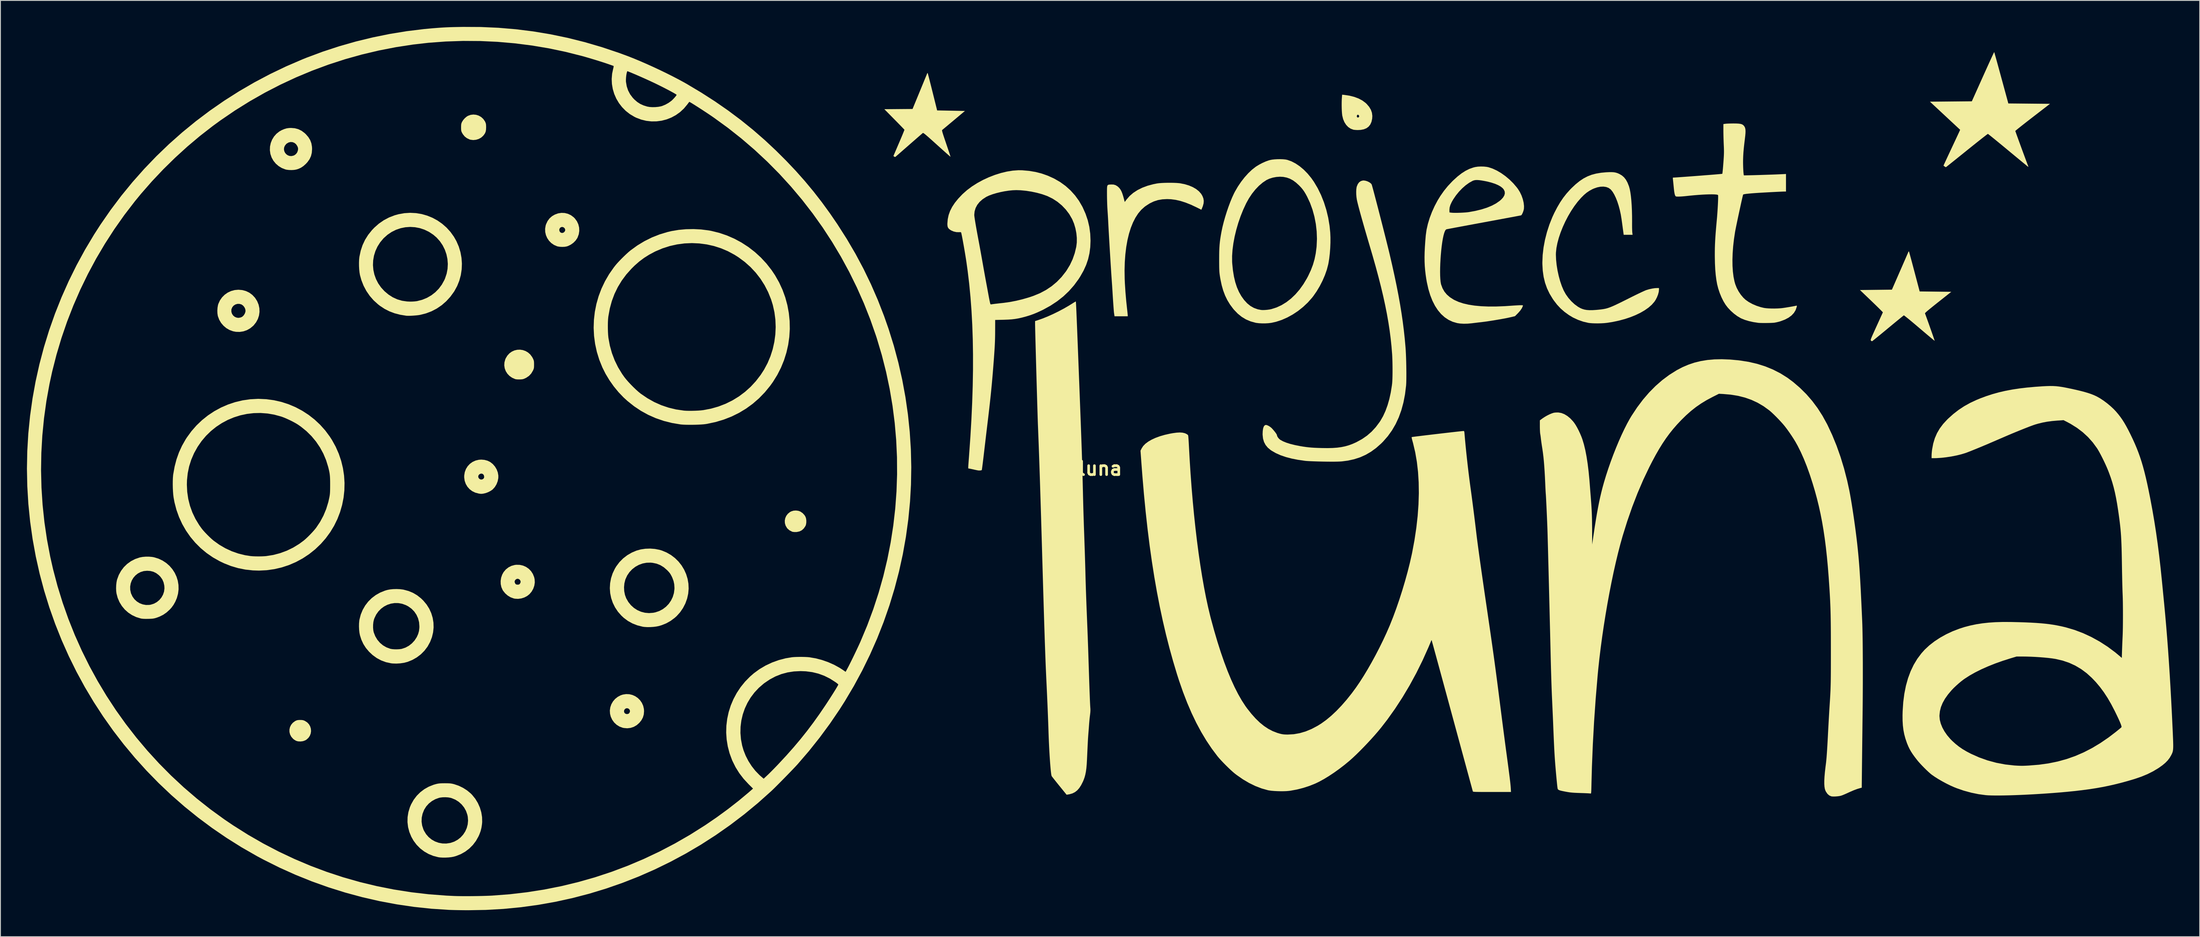
<source format=kicad_pcb>
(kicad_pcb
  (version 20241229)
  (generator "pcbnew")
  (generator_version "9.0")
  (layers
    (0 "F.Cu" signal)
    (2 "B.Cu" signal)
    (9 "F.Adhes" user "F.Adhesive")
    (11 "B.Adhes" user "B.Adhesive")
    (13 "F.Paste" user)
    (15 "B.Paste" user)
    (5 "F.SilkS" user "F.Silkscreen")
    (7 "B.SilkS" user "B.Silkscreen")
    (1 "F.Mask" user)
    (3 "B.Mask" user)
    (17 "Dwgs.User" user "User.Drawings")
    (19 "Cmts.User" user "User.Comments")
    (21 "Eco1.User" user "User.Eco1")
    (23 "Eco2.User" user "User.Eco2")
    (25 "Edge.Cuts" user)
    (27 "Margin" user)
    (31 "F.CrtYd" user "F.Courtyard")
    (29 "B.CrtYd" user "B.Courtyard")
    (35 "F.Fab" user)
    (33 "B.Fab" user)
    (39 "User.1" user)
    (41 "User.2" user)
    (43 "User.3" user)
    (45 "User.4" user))
  (footprint "luna"
    (layer "F.Cu")
    (at 121.533 50.058)
    (property "Reference" "luna" (at 0 0 0) (layer "F.SilkS") (effects (font (size 1.524 1.524) (thickness 0.3))))
    (attr board_only exclude_from_pos_files exclude_from_bom)
    (fp_poly (pts (xy -34.177 4.794) (xy -33.96 4.873) (xy -33.692 5.054) (xy -33.477 5.289) (xy -33.372 5.464) (xy -33.307 5.658) (xy -33.276 5.892) (xy -33.279 6.136) (xy -33.316 6.361) (xy -33.372 6.511) (xy -33.556 6.786) (xy -33.779 6.991) (xy -34.044 7.126) (xy -34.35 7.193) (xy -34.432 7.198) (xy -34.651 7.197) (xy -34.826 7.174) (xy -34.884 7.157) (xy -35.172 7.012) (xy -35.404 6.812) (xy -35.469 6.734) (xy -35.623 6.471) (xy -35.704 6.19) (xy -35.717 5.903) (xy -35.663 5.623) (xy -35.547 5.361) (xy -35.37 5.128) (xy -35.137 4.938) (xy -34.981 4.854) (xy -34.728 4.777) (xy -34.451 4.757)) (stroke (width 0) (type solid)) (fill yes) (layer "F.SilkS"))
    (fp_poly (pts (xy -90.416 28.504) (xy -90.278 28.523) (xy -90.152 28.564) (xy -90.046 28.613) (xy -89.791 28.778) (xy -89.595 28.988) (xy -89.458 29.231) (xy -89.38 29.494) (xy -89.36 29.767) (xy -89.4 30.038) (xy -89.499 30.296) (xy -89.658 30.528) (xy -89.876 30.724) (xy -90.029 30.816) (xy -90.273 30.903) (xy -90.549 30.939) (xy -90.824 30.925) (xy -91 30.882) (xy -91.139 30.816) (xy -91.294 30.716) (xy -91.393 30.637) (xy -91.599 30.402) (xy -91.736 30.14) (xy -91.805 29.862) (xy -91.807 29.579) (xy -91.744 29.304) (xy -91.617 29.047) (xy -91.428 28.82) (xy -91.178 28.634) (xy -91.131 28.608) (xy -91.005 28.55) (xy -90.885 28.517) (xy -90.738 28.502) (xy -90.601 28.5)) (stroke (width 0) (type solid)) (fill yes) (layer "F.SilkS"))
    (fp_poly (pts (xy -70.667 -40.095) (xy -70.368 -39.999) (xy -70.095 -39.841) (xy -69.86 -39.627) (xy -69.674 -39.361) (xy -69.641 -39.295) (xy -69.591 -39.178) (xy -69.559 -39.068) (xy -69.543 -38.94) (xy -69.537 -38.769) (xy -69.536 -38.667) (xy -69.547 -38.402) (xy -69.585 -38.19) (xy -69.659 -38.007) (xy -69.78 -37.825) (xy -69.884 -37.7) (xy -70.109 -37.502) (xy -70.381 -37.355) (xy -70.681 -37.264) (xy -70.991 -37.233) (xy -71.291 -37.268) (xy -71.408 -37.302) (xy -71.711 -37.444) (xy -71.961 -37.637) (xy -72.166 -37.891) (xy -72.263 -38.055) (xy -72.314 -38.161) (xy -72.346 -38.259) (xy -72.364 -38.373) (xy -72.371 -38.526) (xy -72.372 -38.667) (xy -72.369 -38.864) (xy -72.359 -39.005) (xy -72.336 -39.116) (xy -72.296 -39.223) (xy -72.26 -39.3) (xy -72.125 -39.512) (xy -71.94 -39.719) (xy -71.733 -39.893) (xy -71.597 -39.976) (xy -71.293 -40.088) (xy -70.979 -40.126)) (stroke (width 0) (type solid)) (fill yes) (layer "F.SilkS"))
    (fp_poly (pts (xy -65.381 -13.427) (xy -65.076 -13.321) (xy -64.792 -13.155) (xy -64.538 -12.929) (xy -64.325 -12.642) (xy -64.246 -12.496) (xy -64.184 -12.363) (xy -64.144 -12.254) (xy -64.121 -12.145) (xy -64.111 -12.01) (xy -64.108 -11.824) (xy -64.108 -11.789) (xy -64.11 -11.59) (xy -64.118 -11.448) (xy -64.139 -11.335) (xy -64.175 -11.227) (xy -64.233 -11.099) (xy -64.237 -11.091) (xy -64.431 -10.767) (xy -64.68 -10.502) (xy -64.986 -10.293) (xy -65.051 -10.26) (xy -65.209 -10.186) (xy -65.337 -10.14) (xy -65.467 -10.115) (xy -65.633 -10.103) (xy -65.723 -10.099) (xy -65.956 -10.1) (xy -66.148 -10.118) (xy -66.255 -10.142) (xy -66.598 -10.294) (xy -66.892 -10.5) (xy -67.131 -10.751) (xy -67.311 -11.039) (xy -67.429 -11.355) (xy -67.481 -11.689) (xy -67.461 -12.032) (xy -67.367 -12.376) (xy -67.317 -12.493) (xy -67.128 -12.806) (xy -66.894 -13.06) (xy -66.625 -13.253) (xy -66.329 -13.387) (xy -66.017 -13.46) (xy -65.698 -13.474)) (stroke (width 0) (type solid)) (fill yes) (layer "F.SilkS"))
    (fp_poly (pts (xy 27.644 -42.351) (xy 28.23 -42.263) (xy 28.768 -42.127) (xy 29.253 -41.945) (xy 29.679 -41.72) (xy 30.042 -41.452) (xy 30.18 -41.322) (xy 30.456 -40.998) (xy 30.653 -40.668) (xy 30.772 -40.327) (xy 30.817 -39.969) (xy 30.799 -39.656) (xy 30.721 -39.298) (xy 30.588 -38.999) (xy 30.4 -38.759) (xy 30.155 -38.576) (xy 29.853 -38.451) (xy 29.494 -38.382) (xy 29.155 -38.367) (xy 28.976 -38.374) (xy 28.808 -38.387) (xy 28.684 -38.404) (xy 28.671 -38.407) (xy 28.366 -38.52) (xy 28.092 -38.702) (xy 27.855 -38.949) (xy 27.659 -39.252) (xy 27.51 -39.606) (xy 27.443 -39.879) (xy 29.061 -39.879) (xy 29.107 -39.805) (xy 29.203 -39.789) (xy 29.292 -39.825) (xy 29.322 -39.895) (xy 29.312 -39.998) (xy 29.261 -40.071) (xy 29.19 -40.104) (xy 29.12 -40.087) (xy 29.072 -40.013) (xy 29.071 -40.007) (xy 29.061 -39.879) (xy 27.443 -39.879) (xy 27.412 -40.005) (xy 27.405 -40.054) (xy 27.381 -40.27) (xy 27.362 -40.545) (xy 27.35 -40.86) (xy 27.345 -41.192) (xy 27.347 -41.521) (xy 27.356 -41.827) (xy 27.371 -42.065) (xy 27.397 -42.376)) (stroke (width 0) (type solid)) (fill yes) (layer "F.SilkS"))
    (fp_poly (pts (xy -53.316 25.581) (xy -52.968 25.666) (xy -52.643 25.813) (xy -52.351 26.016) (xy -52.099 26.268) (xy -51.896 26.563) (xy -51.749 26.895) (xy -51.667 27.257) (xy -51.652 27.505) (xy -51.684 27.881) (xy -51.783 28.22) (xy -51.952 28.534) (xy -52.187 28.827) (xy -52.485 29.089) (xy -52.818 29.281) (xy -53.178 29.399) (xy -53.558 29.442) (xy -53.948 29.408) (xy -54.085 29.377) (xy -54.443 29.243) (xy -54.763 29.042) (xy -55.038 28.784) (xy -55.259 28.476) (xy -55.42 28.128) (xy -55.503 27.798) (xy -55.521 27.513) (xy -53.923 27.513) (xy -53.892 27.649) (xy -53.831 27.737) (xy -53.713 27.811) (xy -53.568 27.832) (xy -53.427 27.801) (xy -53.353 27.751) (xy -53.264 27.613) (xy -53.246 27.464) (xy -53.295 27.325) (xy -53.41 27.215) (xy -53.433 27.203) (xy -53.579 27.164) (xy -53.712 27.191) (xy -53.821 27.269) (xy -53.896 27.381) (xy -53.923 27.513) (xy -55.521 27.513) (xy -55.526 27.423) (xy -55.474 27.059) (xy -55.353 26.713) (xy -55.17 26.396) (xy -54.93 26.116) (xy -54.64 25.884) (xy -54.305 25.707) (xy -54.053 25.622) (xy -53.681 25.565)) (stroke (width 0) (type solid)) (fill yes) (layer "F.SilkS"))
    (fp_poly (pts (xy -65.72 10.919) (xy -65.349 11.003) (xy -65.007 11.155) (xy -64.704 11.367) (xy -64.445 11.634) (xy -64.241 11.95) (xy -64.098 12.307) (xy -64.044 12.544) (xy -64.023 12.908) (xy -64.077 13.273) (xy -64.198 13.624) (xy -64.381 13.948) (xy -64.619 14.231) (xy -64.877 14.44) (xy -65.2 14.612) (xy -65.553 14.724) (xy -65.917 14.772) (xy -66.27 14.753) (xy -66.411 14.725) (xy -66.76 14.597) (xy -67.088 14.4) (xy -67.378 14.147) (xy -67.616 13.85) (xy -67.663 13.774) (xy -67.806 13.451) (xy -67.882 13.1) (xy -67.888 12.872) (xy -66.306 12.872) (xy -66.256 13.002) (xy -66.198 13.093) (xy -66.127 13.141) (xy -66.016 13.16) (xy -65.944 13.163) (xy -65.82 13.147) (xy -65.73 13.083) (xy -65.711 13.059) (xy -65.635 12.908) (xy -65.636 12.756) (xy -65.714 12.618) (xy -65.756 12.578) (xy -65.9 12.499) (xy -66.046 12.5) (xy -66.184 12.58) (xy -66.224 12.621) (xy -66.3 12.744) (xy -66.306 12.872) (xy -67.888 12.872) (xy -67.891 12.734) (xy -67.835 12.369) (xy -67.714 12.019) (xy -67.558 11.738) (xy -67.308 11.442) (xy -67.008 11.205) (xy -66.667 11.032) (xy -66.296 10.93) (xy -66.113 10.909)) (stroke (width 0) (type solid)) (fill yes) (layer "F.SilkS"))
    (fp_poly (pts (xy -60.633 -28.964) (xy -60.271 -28.874) (xy -59.931 -28.713) (xy -59.623 -28.483) (xy -59.486 -28.345) (xy -59.255 -28.03) (xy -59.094 -27.683) (xy -59.004 -27.314) (xy -58.987 -26.936) (xy -59.044 -26.558) (xy -59.177 -26.192) (xy -59.217 -26.112) (xy -59.405 -25.838) (xy -59.653 -25.588) (xy -59.944 -25.379) (xy -60.256 -25.225) (xy -60.415 -25.173) (xy -60.644 -25.133) (xy -60.911 -25.121) (xy -61.181 -25.134) (xy -61.421 -25.172) (xy -61.495 -25.192) (xy -61.847 -25.344) (xy -62.155 -25.556) (xy -62.413 -25.818) (xy -62.617 -26.12) (xy -62.762 -26.452) (xy -62.843 -26.806) (xy -62.851 -27.041) (xy -61.252 -27.041) (xy -61.218 -26.886) (xy -61.131 -26.773) (xy -61.007 -26.71) (xy -60.867 -26.706) (xy -60.728 -26.77) (xy -60.707 -26.787) (xy -60.603 -26.922) (xy -60.577 -27.066) (xy -60.631 -27.211) (xy -60.664 -27.256) (xy -60.79 -27.355) (xy -60.929 -27.385) (xy -61.063 -27.355) (xy -61.173 -27.27) (xy -61.24 -27.139) (xy -61.252 -27.041) (xy -62.851 -27.041) (xy -62.856 -27.171) (xy -62.796 -27.538) (xy -62.745 -27.698) (xy -62.575 -28.058) (xy -62.351 -28.359) (xy -62.07 -28.605) (xy -61.758 -28.786) (xy -61.386 -28.922) (xy -61.008 -28.98)) (stroke (width 0) (type solid)) (fill yes) (layer "F.SilkS"))
    (fp_poly (pts (xy -69.722 -0.981) (xy -69.38 -0.889) (xy -69.079 -0.743) (xy -69.07 -0.738) (xy -68.777 -0.507) (xy -68.532 -0.224) (xy -68.342 0.096) (xy -68.213 0.442) (xy -68.151 0.799) (xy -68.155 1.079) (xy -68.227 1.444) (xy -68.363 1.792) (xy -68.554 2.106) (xy -68.79 2.366) (xy -68.801 2.375) (xy -69.007 2.523) (xy -69.262 2.658) (xy -69.534 2.766) (xy -69.789 2.832) (xy -69.799 2.834) (xy -69.956 2.858) (xy -70.067 2.868) (xy -70.165 2.865) (xy -70.286 2.849) (xy -70.387 2.833) (xy -70.77 2.73) (xy -71.114 2.562) (xy -71.411 2.336) (xy -71.656 2.06) (xy -71.843 1.741) (xy -71.966 1.387) (xy -72.019 1.005) (xy -72.018 0.912) (xy -70.431 0.912) (xy -70.402 1.036) (xy -70.328 1.143) (xy -70.222 1.218) (xy -70.095 1.251) (xy -69.957 1.226) (xy -69.866 1.172) (xy -69.789 1.089) (xy -69.761 0.98) (xy -69.759 0.927) (xy -69.791 0.763) (xy -69.877 0.645) (xy -69.999 0.58) (xy -70.141 0.577) (xy -70.286 0.643) (xy -70.312 0.663) (xy -70.405 0.784) (xy -70.431 0.912) (xy -72.018 0.912) (xy -72.016 0.79) (xy -71.953 0.404) (xy -71.82 0.051) (xy -71.625 -0.263) (xy -71.375 -0.531) (xy -71.077 -0.747) (xy -70.739 -0.903) (xy -70.367 -0.993) (xy -70.083 -1.013)) (stroke (width 0) (type solid)) (fill yes) (layer "F.SilkS"))
    (fp_poly (pts (xy -97.148 -20.229) (xy -96.733 -20.117) (xy -96.352 -19.934) (xy -96.01 -19.682) (xy -95.713 -19.365) (xy -95.697 -19.344) (xy -95.462 -18.972) (xy -95.3 -18.578) (xy -95.212 -18.17) (xy -95.197 -17.758) (xy -95.253 -17.35) (xy -95.381 -16.955) (xy -95.581 -16.582) (xy -95.85 -16.24) (xy -95.904 -16.184) (xy -96.24 -15.903) (xy -96.612 -15.691) (xy -97.011 -15.551) (xy -97.429 -15.485) (xy -97.856 -15.495) (xy -98.192 -15.558) (xy -98.588 -15.702) (xy -98.951 -15.913) (xy -99.273 -16.184) (xy -99.546 -16.503) (xy -99.759 -16.864) (xy -99.905 -17.255) (xy -99.922 -17.323) (xy -99.963 -17.597) (xy -99.973 -17.908) (xy -99.966 -17.999) (xy -98.383 -17.999) (xy -98.381 -17.76) (xy -98.309 -17.536) (xy -98.178 -17.342) (xy -97.998 -17.194) (xy -97.811 -17.115) (xy -97.665 -17.085) (xy -97.537 -17.083) (xy -97.391 -17.11) (xy -97.278 -17.142) (xy -97.124 -17.226) (xy -96.982 -17.37) (xy -96.868 -17.551) (xy -96.797 -17.748) (xy -96.779 -17.889) (xy -96.815 -18.091) (xy -96.911 -18.291) (xy -97.053 -18.466) (xy -97.222 -18.589) (xy -97.24 -18.598) (xy -97.476 -18.665) (xy -97.711 -18.662) (xy -97.931 -18.594) (xy -98.123 -18.47) (xy -98.272 -18.297) (xy -98.366 -18.081) (xy -98.383 -17.999) (xy -99.966 -17.999) (xy -99.951 -18.225) (xy -99.902 -18.516) (xy -99.859 -18.664) (xy -99.68 -19.057) (xy -99.438 -19.404) (xy -99.141 -19.701) (xy -98.799 -19.942) (xy -98.417 -20.12) (xy -98.006 -20.23) (xy -97.589 -20.267)) (stroke (width 0) (type solid)) (fill yes) (layer "F.SilkS"))
    (fp_poly (pts (xy -91.195 -38.571) (xy -90.802 -38.465) (xy -90.437 -38.286) (xy -90.094 -38.031) (xy -89.952 -37.898) (xy -89.668 -37.571) (xy -89.459 -37.23) (xy -89.323 -36.866) (xy -89.255 -36.468) (xy -89.244 -36.216) (xy -89.275 -35.793) (xy -89.368 -35.412) (xy -89.53 -35.062) (xy -89.766 -34.731) (xy -89.95 -34.531) (xy -90.23 -34.28) (xy -90.511 -34.093) (xy -90.814 -33.958) (xy -91.045 -33.888) (xy -91.285 -33.847) (xy -91.567 -33.831) (xy -91.857 -33.839) (xy -92.122 -33.871) (xy -92.262 -33.903) (xy -92.667 -34.06) (xy -93.033 -34.282) (xy -93.354 -34.56) (xy -93.621 -34.887) (xy -93.826 -35.253) (xy -93.962 -35.652) (xy -93.964 -35.659) (xy -94.023 -36.08) (xy -94.02 -36.158) (xy -92.428 -36.158) (xy -92.385 -35.957) (xy -92.294 -35.775) (xy -92.16 -35.62) (xy -91.991 -35.503) (xy -91.794 -35.432) (xy -91.578 -35.417) (xy -91.348 -35.469) (xy -91.244 -35.515) (xy -91.06 -35.653) (xy -90.923 -35.846) (xy -90.846 -36.075) (xy -90.838 -36.124) (xy -90.83 -36.262) (xy -90.848 -36.379) (xy -90.901 -36.512) (xy -90.923 -36.559) (xy -91.065 -36.768) (xy -91.248 -36.914) (xy -91.458 -36.996) (xy -91.682 -37.011) (xy -91.905 -36.957) (xy -92.116 -36.832) (xy -92.187 -36.768) (xy -92.336 -36.573) (xy -92.414 -36.366) (xy -92.428 -36.158) (xy -94.02 -36.158) (xy -94.008 -36.498) (xy -93.921 -36.903) (xy -93.768 -37.285) (xy -93.553 -37.636) (xy -93.28 -37.945) (xy -92.955 -38.203) (xy -92.688 -38.354) (xy -92.393 -38.48) (xy -92.126 -38.559) (xy -91.854 -38.598) (xy -91.622 -38.606)) (stroke (width 0) (type solid)) (fill yes) (layer "F.SilkS"))
    (fp_poly (pts (xy -107.354 10.02) (xy -107.137 10.06) (xy -106.63 10.217) (xy -106.166 10.438) (xy -105.747 10.715) (xy -105.377 11.043) (xy -105.06 11.414) (xy -104.797 11.821) (xy -104.593 12.26) (xy -104.45 12.722) (xy -104.372 13.202) (xy -104.361 13.692) (xy -104.422 14.187) (xy -104.556 14.68) (xy -104.73 15.09) (xy -104.932 15.451) (xy -105.158 15.762) (xy -105.351 15.976) (xy -105.717 16.31) (xy -106.102 16.577) (xy -106.526 16.788) (xy -106.866 16.914) (xy -107.02 16.96) (xy -107.16 16.993) (xy -107.307 17.015) (xy -107.485 17.028) (xy -107.714 17.037) (xy -107.798 17.039) (xy -108.124 17.042) (xy -108.38 17.031) (xy -108.58 17.008) (xy -108.641 16.995) (xy -109.156 16.839) (xy -109.632 16.614) (xy -110.066 16.327) (xy -110.451 15.983) (xy -110.781 15.587) (xy -111.052 15.145) (xy -111.259 14.663) (xy -111.392 14.16) (xy -111.427 13.883) (xy -111.438 13.563) (xy -111.431 13.379) (xy -109.844 13.379) (xy -109.836 13.747) (xy -109.755 14.121) (xy -109.742 14.161) (xy -109.58 14.511) (xy -109.359 14.816) (xy -109.086 15.069) (xy -108.771 15.265) (xy -108.425 15.398) (xy -108.056 15.465) (xy -107.675 15.458) (xy -107.506 15.43) (xy -107.146 15.316) (xy -106.82 15.136) (xy -106.537 14.9) (xy -106.303 14.618) (xy -106.124 14.298) (xy -106.007 13.951) (xy -105.96 13.585) (xy -105.977 13.276) (xy -106.062 12.896) (xy -106.206 12.565) (xy -106.417 12.269) (xy -106.599 12.083) (xy -106.894 11.857) (xy -107.211 11.702) (xy -107.562 11.613) (xy -107.926 11.587) (xy -108.305 11.623) (xy -108.656 11.729) (xy -108.972 11.897) (xy -109.249 12.118) (xy -109.48 12.385) (xy -109.66 12.689) (xy -109.783 13.023) (xy -109.844 13.379) (xy -111.431 13.379) (xy -111.426 13.229) (xy -111.393 12.91) (xy -111.34 12.635) (xy -111.325 12.58) (xy -111.134 12.066) (xy -110.877 11.598) (xy -110.559 11.178) (xy -110.184 10.813) (xy -109.758 10.505) (xy -109.285 10.26) (xy -108.769 10.082) (xy -108.764 10.081) (xy -108.445 10.02) (xy -108.083 9.989) (xy -107.709 9.989)) (stroke (width 0) (type solid)) (fill yes) (layer "F.SilkS"))
    (fp_poly (pts (xy -50.422 9.113) (xy -49.905 9.213) (xy -49.641 9.292) (xy -49.098 9.518) (xy -48.599 9.806) (xy -48.148 10.151) (xy -47.747 10.546) (xy -47.401 10.985) (xy -47.113 11.461) (xy -46.885 11.969) (xy -46.722 12.501) (xy -46.627 13.052) (xy -46.602 13.616) (xy -46.652 14.185) (xy -46.773 14.735) (xy -46.974 15.293) (xy -47.243 15.816) (xy -47.572 16.296) (xy -47.957 16.723) (xy -48.187 16.929) (xy -48.651 17.273) (xy -49.135 17.545) (xy -49.655 17.755) (xy -49.988 17.853) (xy -50.276 17.911) (xy -50.61 17.951) (xy -50.964 17.973) (xy -51.31 17.974) (xy -51.624 17.954) (xy -51.803 17.929) (xy -52.409 17.776) (xy -52.968 17.558) (xy -53.483 17.272) (xy -53.955 16.919) (xy -54.222 16.67) (xy -54.615 16.222) (xy -54.938 15.736) (xy -55.192 15.22) (xy -55.375 14.681) (xy -55.487 14.126) (xy -55.527 13.562) (xy -55.522 13.46) (xy -53.919 13.46) (xy -53.897 13.901) (xy -53.813 14.325) (xy -53.673 14.705) (xy -53.431 15.127) (xy -53.135 15.495) (xy -52.792 15.804) (xy -52.409 16.051) (xy -51.992 16.233) (xy -51.551 16.346) (xy -51.09 16.386) (xy -50.618 16.35) (xy -50.375 16.302) (xy -49.935 16.155) (xy -49.531 15.941) (xy -49.171 15.667) (xy -48.858 15.341) (xy -48.601 14.969) (xy -48.403 14.561) (xy -48.271 14.122) (xy -48.211 13.661) (xy -48.208 13.522) (xy -48.234 13.12) (xy -48.313 12.746) (xy -48.453 12.37) (xy -48.517 12.234) (xy -48.618 12.041) (xy -48.717 11.883) (xy -48.834 11.736) (xy -48.987 11.572) (xy -49.055 11.504) (xy -49.421 11.188) (xy -49.811 10.948) (xy -50.23 10.782) (xy -50.685 10.687) (xy -50.903 10.666) (xy -51.365 10.677) (xy -51.814 10.762) (xy -52.241 10.918) (xy -52.637 11.137) (xy -52.995 11.415) (xy -53.307 11.747) (xy -53.563 12.125) (xy -53.756 12.546) (xy -53.776 12.603) (xy -53.879 13.021) (xy -53.919 13.46) (xy -55.522 13.46) (xy -55.495 12.996) (xy -55.39 12.433) (xy -55.211 11.883) (xy -54.957 11.35) (xy -54.795 11.081) (xy -54.437 10.606) (xy -54.022 10.186) (xy -53.552 9.824) (xy -53.032 9.523) (xy -52.516 9.304) (xy -52.027 9.168) (xy -51.503 9.091) (xy -50.961 9.072)) (stroke (width 0) (type solid)) (fill yes) (layer "F.SilkS"))
    (fp_poly (pts (xy -79.294 13.674) (xy -78.949 13.717) (xy -78.882 13.73) (xy -78.326 13.88) (xy -77.818 14.09) (xy -77.349 14.367) (xy -76.91 14.714) (xy -76.643 14.974) (xy -76.274 15.416) (xy -75.975 15.893) (xy -75.746 16.399) (xy -75.587 16.927) (xy -75.499 17.47) (xy -75.483 18.02) (xy -75.54 18.571) (xy -75.67 19.115) (xy -75.873 19.645) (xy -76.151 20.155) (xy -76.18 20.2) (xy -76.523 20.653) (xy -76.926 21.057) (xy -77.383 21.405) (xy -77.885 21.692) (xy -78.426 21.913) (xy -78.434 21.916) (xy -78.824 22.017) (xy -79.256 22.082) (xy -79.702 22.109) (xy -80.129 22.095) (xy -80.308 22.074) (xy -80.874 21.951) (xy -81.413 21.753) (xy -81.921 21.481) (xy -82.394 21.138) (xy -82.795 20.76) (xy -83.152 20.336) (xy -83.438 19.887) (xy -83.663 19.4) (xy -83.823 18.898) (xy -83.88 18.608) (xy -83.917 18.267) (xy -83.927 18.033) (xy -82.337 18.033) (xy -82.311 18.334) (xy -82.261 18.572) (xy -82.089 19.01) (xy -81.854 19.405) (xy -81.561 19.75) (xy -81.217 20.04) (xy -80.827 20.267) (xy -80.397 20.427) (xy -80.373 20.433) (xy -80.175 20.469) (xy -79.926 20.489) (xy -79.654 20.492) (xy -79.388 20.48) (xy -79.156 20.451) (xy -79.084 20.437) (xy -78.671 20.299) (xy -78.286 20.09) (xy -77.939 19.817) (xy -77.638 19.489) (xy -77.395 19.114) (xy -77.383 19.092) (xy -77.232 18.753) (xy -77.139 18.42) (xy -77.096 18.061) (xy -77.092 17.882) (xy -77.129 17.418) (xy -77.241 16.981) (xy -77.423 16.577) (xy -77.67 16.212) (xy -77.98 15.893) (xy -78.347 15.627) (xy -78.619 15.483) (xy -79.043 15.33) (xy -79.472 15.252) (xy -79.9 15.248) (xy -80.317 15.313) (xy -80.717 15.444) (xy -81.092 15.637) (xy -81.433 15.889) (xy -81.734 16.196) (xy -81.986 16.554) (xy -82.182 16.961) (xy -82.243 17.136) (xy -82.303 17.404) (xy -82.334 17.712) (xy -82.337 18.033) (xy -83.927 18.033) (xy -83.933 17.905) (xy -83.926 17.548) (xy -83.896 17.227) (xy -83.879 17.121) (xy -83.733 16.554) (xy -83.515 16.022) (xy -83.232 15.53) (xy -82.888 15.082) (xy -82.487 14.684) (xy -82.034 14.342) (xy -81.534 14.059) (xy -80.992 13.841) (xy -80.744 13.767) (xy -80.428 13.705) (xy -80.062 13.668) (xy -79.675 13.658)) (stroke (width 0) (type solid)) (fill yes) (layer "F.SilkS"))
    (fp_poly (pts (xy -74.195 35.673) (xy -73.934 35.675) (xy -73.734 35.682) (xy -73.571 35.694) (xy -73.426 35.716) (xy -73.277 35.748) (xy -73.144 35.783) (xy -72.637 35.956) (xy -72.147 36.194) (xy -71.69 36.486) (xy -71.284 36.823) (xy -71.121 36.988) (xy -70.765 37.428) (xy -70.472 37.911) (xy -70.243 38.426) (xy -70.083 38.963) (xy -69.995 39.512) (xy -69.982 40.064) (xy -70.001 40.297) (xy -70.064 40.718) (xy -70.159 41.098) (xy -70.299 41.475) (xy -70.403 41.705) (xy -70.689 42.212) (xy -71.037 42.67) (xy -71.441 43.074) (xy -71.896 43.42) (xy -72.395 43.703) (xy -72.933 43.918) (xy -73.217 43.999) (xy -73.478 44.048) (xy -73.789 44.082) (xy -74.123 44.099) (xy -74.452 44.1) (xy -74.752 44.082) (xy -74.949 44.055) (xy -75.519 43.907) (xy -76.056 43.688) (xy -76.553 43.402) (xy -77.006 43.053) (xy -77.408 42.646) (xy -77.754 42.184) (xy -78.003 41.746) (xy -78.227 41.204) (xy -78.373 40.647) (xy -78.44 40.081) (xy -78.439 40.024) (xy -76.844 40.024) (xy -76.78 40.47) (xy -76.637 40.908) (xy -76.568 41.057) (xy -76.334 41.444) (xy -76.044 41.777) (xy -75.706 42.052) (xy -75.33 42.267) (xy -74.922 42.416) (xy -74.491 42.497) (xy -74.046 42.506) (xy -73.594 42.439) (xy -73.559 42.43) (xy -73.138 42.286) (xy -72.757 42.076) (xy -72.421 41.809) (xy -72.135 41.494) (xy -71.903 41.138) (xy -71.73 40.749) (xy -71.621 40.335) (xy -71.581 39.905) (xy -71.614 39.466) (xy -71.662 39.239) (xy -71.811 38.812) (xy -72.029 38.421) (xy -72.308 38.073) (xy -72.639 37.775) (xy -73.016 37.536) (xy -73.43 37.363) (xy -73.567 37.323) (xy -73.83 37.277) (xy -74.134 37.257) (xy -74.447 37.263) (xy -74.734 37.297) (xy -74.863 37.325) (xy -75.285 37.476) (xy -75.674 37.693) (xy -76.021 37.969) (xy -76.315 38.295) (xy -76.546 38.663) (xy -76.559 38.688) (xy -76.733 39.128) (xy -76.828 39.575) (xy -76.844 40.024) (xy -78.439 40.024) (xy -78.429 39.514) (xy -78.339 38.95) (xy -78.171 38.395) (xy -78.027 38.059) (xy -77.74 37.549) (xy -77.391 37.09) (xy -76.986 36.686) (xy -76.53 36.341) (xy -76.027 36.058) (xy -75.482 35.842) (xy -75.2 35.762) (xy -75.04 35.725) (xy -74.886 35.7) (xy -74.718 35.684) (xy -74.516 35.676) (xy -74.257 35.673)) (stroke (width 0) (type solid)) (fill yes) (layer "F.SilkS"))
    (fp_poly (pts (xy 91.578 -24.619) (xy 91.593 -24.577) (xy 91.626 -24.463) (xy 91.676 -24.285) (xy 91.74 -24.049) (xy 91.818 -23.763) (xy 91.907 -23.434) (xy 92.004 -23.068) (xy 92.109 -22.673) (xy 92.199 -22.334) (xy 92.796 -20.073) (xy 94.585 -20.053) (xy 96.374 -20.032) (xy 94.873 -18.841) (xy 94.504 -18.548) (xy 94.196 -18.3) (xy 93.944 -18.095) (xy 93.745 -17.93) (xy 93.595 -17.801) (xy 93.489 -17.704) (xy 93.425 -17.638) (xy 93.398 -17.597) (xy 93.398 -17.586) (xy 93.443 -17.467) (xy 93.507 -17.294) (xy 93.586 -17.076) (xy 93.677 -16.823) (xy 93.777 -16.544) (xy 93.882 -16.249) (xy 93.988 -15.948) (xy 94.093 -15.65) (xy 94.193 -15.366) (xy 94.284 -15.105) (xy 94.363 -14.876) (xy 94.426 -14.69) (xy 94.471 -14.556) (xy 94.494 -14.484) (xy 94.496 -14.474) (xy 94.463 -14.496) (xy 94.374 -14.567) (xy 94.235 -14.681) (xy 94.051 -14.834) (xy 93.828 -15.021) (xy 93.571 -15.237) (xy 93.287 -15.478) (xy 92.98 -15.739) (xy 92.767 -15.92) (xy 92.447 -16.192) (xy 92.145 -16.447) (xy 91.867 -16.68) (xy 91.617 -16.887) (xy 91.402 -17.062) (xy 91.227 -17.202) (xy 91.099 -17.301) (xy 91.022 -17.355) (xy 91.003 -17.363) (xy 90.963 -17.334) (xy 90.867 -17.258) (xy 90.72 -17.14) (xy 90.528 -16.983) (xy 90.297 -16.794) (xy 90.032 -16.577) (xy 89.74 -16.336) (xy 89.426 -16.076) (xy 89.205 -15.893) (xy 88.88 -15.623) (xy 88.573 -15.37) (xy 88.289 -15.136) (xy 88.035 -14.929) (xy 87.816 -14.751) (xy 87.638 -14.607) (xy 87.506 -14.503) (xy 87.428 -14.444) (xy 87.407 -14.43) (xy 87.344 -14.449) (xy 87.282 -14.5) (xy 87.265 -14.522) (xy 87.255 -14.549) (xy 87.254 -14.587) (xy 87.266 -14.644) (xy 87.293 -14.726) (xy 87.338 -14.841) (xy 87.403 -14.996) (xy 87.491 -15.196) (xy 87.605 -15.45) (xy 87.747 -15.764) (xy 87.912 -16.127) (xy 88.063 -16.458) (xy 88.203 -16.766) (xy 88.329 -17.044) (xy 88.438 -17.283) (xy 88.526 -17.475) (xy 88.588 -17.614) (xy 88.623 -17.691) (xy 88.628 -17.703) (xy 88.603 -17.737) (xy 88.524 -17.821) (xy 88.398 -17.948) (xy 88.231 -18.115) (xy 88.029 -18.314) (xy 87.797 -18.541) (xy 87.542 -18.788) (xy 87.337 -18.985) (xy 86.034 -20.235) (xy 87.843 -20.255) (xy 89.652 -20.275) (xy 90.545 -22.321) (xy 90.715 -22.708) (xy 90.875 -23.077) (xy 91.024 -23.419) (xy 91.159 -23.727) (xy 91.275 -23.995) (xy 91.37 -24.214) (xy 91.442 -24.378) (xy 91.485 -24.479) (xy 91.496 -24.505) (xy 91.539 -24.588) (xy 91.573 -24.621)) (stroke (width 0) (type solid)) (fill yes) (layer "F.SilkS"))
    (fp_poly (pts (xy -77.477 -28.952) (xy -76.834 -28.845) (xy -76.21 -28.667) (xy -75.61 -28.423) (xy -75.041 -28.113) (xy -74.509 -27.741) (xy -74.018 -27.31) (xy -73.575 -26.822) (xy -73.186 -26.28) (xy -72.9 -25.775) (xy -72.634 -25.161) (xy -72.442 -24.526) (xy -72.323 -23.877) (xy -72.277 -23.222) (xy -72.304 -22.568) (xy -72.402 -21.922) (xy -72.572 -21.293) (xy -72.814 -20.688) (xy -73.127 -20.114) (xy -73.166 -20.051) (xy -73.583 -19.476) (xy -74.049 -18.965) (xy -74.561 -18.518) (xy -75.117 -18.138) (xy -75.714 -17.826) (xy -76.35 -17.585) (xy -77.017 -17.416) (xy -77.219 -17.384) (xy -77.467 -17.357) (xy -77.738 -17.335) (xy -78.01 -17.319) (xy -78.262 -17.312) (xy -78.473 -17.314) (xy -78.59 -17.322) (xy -79.274 -17.434) (xy -79.903 -17.598) (xy -80.487 -17.818) (xy -81.036 -18.099) (xy -81.559 -18.444) (xy -81.777 -18.613) (xy -82.274 -19.064) (xy -82.715 -19.57) (xy -83.097 -20.126) (xy -83.414 -20.725) (xy -83.663 -21.36) (xy -83.822 -21.936) (xy -83.872 -22.229) (xy -83.908 -22.576) (xy -83.928 -22.95) (xy -83.929 -23.059) (xy -82.35 -23.059) (xy -82.304 -22.521) (xy -82.19 -21.992) (xy -82.006 -21.478) (xy -81.754 -20.987) (xy -81.433 -20.526) (xy -81.048 -20.105) (xy -80.592 -19.72) (xy -80.109 -19.411) (xy -79.599 -19.178) (xy -79.059 -19.019) (xy -78.487 -18.936) (xy -78.139 -18.921) (xy -77.9 -18.926) (xy -77.654 -18.941) (xy -77.437 -18.965) (xy -77.344 -18.98) (xy -76.772 -19.128) (xy -76.236 -19.347) (xy -75.741 -19.633) (xy -75.292 -19.981) (xy -74.893 -20.388) (xy -74.55 -20.85) (xy -74.268 -21.362) (xy -74.185 -21.552) (xy -74.005 -22.091) (xy -73.902 -22.641) (xy -73.873 -23.196) (xy -73.916 -23.747) (xy -74.03 -24.287) (xy -74.211 -24.808) (xy -74.458 -25.302) (xy -74.769 -25.761) (xy -75.142 -26.179) (xy -75.523 -26.507) (xy -76.007 -26.827) (xy -76.518 -27.075) (xy -77.047 -27.25) (xy -77.589 -27.354) (xy -78.136 -27.387) (xy -78.681 -27.349) (xy -79.216 -27.241) (xy -79.736 -27.064) (xy -80.232 -26.818) (xy -80.698 -26.503) (xy -81.126 -26.121) (xy -81.163 -26.083) (xy -81.535 -25.638) (xy -81.837 -25.161) (xy -82.07 -24.657) (xy -82.233 -24.134) (xy -82.326 -23.599) (xy -82.35 -23.059) (xy -83.929 -23.059) (xy -83.931 -23.327) (xy -83.918 -23.68) (xy -83.887 -23.983) (xy -83.883 -24.004) (xy -83.739 -24.687) (xy -83.527 -25.326) (xy -83.246 -25.925) (xy -82.894 -26.487) (xy -82.468 -27.018) (xy -82.196 -27.304) (xy -81.681 -27.759) (xy -81.123 -28.145) (xy -80.525 -28.461) (xy -79.888 -28.706) (xy -79.463 -28.825) (xy -78.797 -28.945) (xy -78.134 -28.986)) (stroke (width 0) (type solid)) (fill yes) (layer "F.SilkS"))
    (fp_poly (pts (xy -19.537 -44.819) (xy -19.529 -44.804) (xy -19.513 -44.754) (xy -19.48 -44.633) (xy -19.431 -44.449) (xy -19.369 -44.208) (xy -19.295 -43.919) (xy -19.211 -43.588) (xy -19.119 -43.225) (xy -19.022 -42.835) (xy -18.98 -42.668) (xy -18.463 -40.591) (xy -18.154 -40.586) (xy -18.035 -40.584) (xy -17.848 -40.58) (xy -17.606 -40.576) (xy -17.323 -40.57) (xy -17.011 -40.564) (xy -16.684 -40.558) (xy -16.581 -40.556) (xy -15.317 -40.531) (xy -16.572 -39.477) (xy -16.847 -39.247) (xy -17.105 -39.031) (xy -17.337 -38.836) (xy -17.538 -38.669) (xy -17.701 -38.533) (xy -17.817 -38.436) (xy -17.881 -38.384) (xy -17.89 -38.377) (xy -17.903 -38.357) (xy -17.907 -38.32) (xy -17.898 -38.258) (xy -17.876 -38.163) (xy -17.838 -38.03) (xy -17.783 -37.851) (xy -17.707 -37.619) (xy -17.609 -37.327) (xy -17.487 -36.967) (xy -17.444 -36.84) (xy -17.332 -36.51) (xy -17.229 -36.204) (xy -17.138 -35.932) (xy -17.062 -35.701) (xy -17.004 -35.519) (xy -16.965 -35.396) (xy -16.95 -35.339) (xy -16.949 -35.336) (xy -16.981 -35.36) (xy -17.067 -35.433) (xy -17.202 -35.55) (xy -17.38 -35.707) (xy -17.594 -35.898) (xy -17.841 -36.118) (xy -18.113 -36.362) (xy -18.405 -36.625) (xy -18.491 -36.703) (xy -18.837 -37.015) (xy -19.129 -37.277) (xy -19.37 -37.492) (xy -19.567 -37.665) (xy -19.723 -37.799) (xy -19.844 -37.899) (xy -19.934 -37.968) (xy -19.999 -38.012) (xy -20.044 -38.034) (xy -20.073 -38.037) (xy -20.087 -38.031) (xy -20.13 -37.994) (xy -20.228 -37.91) (xy -20.374 -37.783) (xy -20.563 -37.619) (xy -20.788 -37.423) (xy -21.042 -37.201) (xy -21.321 -36.958) (xy -21.617 -36.699) (xy -21.632 -36.686) (xy -21.929 -36.426) (xy -22.208 -36.183) (xy -22.463 -35.959) (xy -22.689 -35.762) (xy -22.879 -35.596) (xy -23.027 -35.467) (xy -23.126 -35.381) (xy -23.172 -35.342) (xy -23.172 -35.341) (xy -23.231 -35.312) (xy -23.298 -35.34) (xy -23.324 -35.358) (xy -23.415 -35.427) (xy -22.785 -36.898) (xy -22.646 -37.222) (xy -22.519 -37.523) (xy -22.406 -37.792) (xy -22.312 -38.023) (xy -22.238 -38.206) (xy -22.189 -38.333) (xy -22.167 -38.396) (xy -22.167 -38.402) (xy -22.197 -38.437) (xy -22.278 -38.524) (xy -22.404 -38.655) (xy -22.568 -38.825) (xy -22.765 -39.027) (xy -22.988 -39.256) (xy -23.231 -39.503) (xy -23.311 -39.584) (xy -24.443 -40.733) (xy -22.845 -40.745) (xy -21.248 -40.756) (xy -20.437 -42.724) (xy -20.281 -43.103) (xy -20.134 -43.462) (xy -19.998 -43.793) (xy -19.877 -44.088) (xy -19.773 -44.34) (xy -19.69 -44.542) (xy -19.631 -44.687) (xy -19.599 -44.767) (xy -19.594 -44.778) (xy -19.565 -44.835)) (stroke (width 0) (type solid)) (fill yes) (layer "F.SilkS"))
    (fp_poly (pts (xy 101.249 -47.167) (xy 101.282 -47.054) (xy 101.333 -46.875) (xy 101.4 -46.636) (xy 101.482 -46.344) (xy 101.576 -46.003) (xy 101.681 -45.622) (xy 101.795 -45.205) (xy 101.917 -44.759) (xy 102.045 -44.289) (xy 102.046 -44.286) (xy 102.837 -41.381) (xy 105.196 -41.361) (xy 107.554 -41.341) (xy 105.59 -39.825) (xy 105.241 -39.555) (xy 104.912 -39.299) (xy 104.608 -39.061) (xy 104.335 -38.846) (xy 104.099 -38.658) (xy 103.904 -38.502) (xy 103.757 -38.381) (xy 103.662 -38.3) (xy 103.626 -38.264) (xy 103.626 -38.263) (xy 103.639 -38.22) (xy 103.678 -38.109) (xy 103.738 -37.939) (xy 103.817 -37.719) (xy 103.911 -37.459) (xy 104.017 -37.165) (xy 104.133 -36.848) (xy 104.254 -36.516) (xy 104.378 -36.177) (xy 104.502 -35.841) (xy 104.622 -35.515) (xy 104.735 -35.21) (xy 104.837 -34.932) (xy 104.927 -34.692) (xy 105 -34.497) (xy 105.054 -34.357) (xy 105.084 -34.28) (xy 105.085 -34.278) (xy 105.104 -34.21) (xy 105.087 -34.197) (xy 105.05 -34.225) (xy 104.956 -34.3) (xy 104.81 -34.419) (xy 104.617 -34.577) (xy 104.381 -34.771) (xy 104.108 -34.995) (xy 103.804 -35.247) (xy 103.472 -35.521) (xy 103.118 -35.815) (xy 102.81 -36.07) (xy 102.442 -36.376) (xy 102.091 -36.666) (xy 101.762 -36.936) (xy 101.461 -37.183) (xy 101.193 -37.402) (xy 100.963 -37.588) (xy 100.776 -37.739) (xy 100.636 -37.849) (xy 100.549 -37.915) (xy 100.521 -37.934) (xy 100.482 -37.909) (xy 100.385 -37.838) (xy 100.236 -37.724) (xy 100.038 -37.57) (xy 99.798 -37.382) (xy 99.52 -37.162) (xy 99.209 -36.915) (xy 98.87 -36.644) (xy 98.509 -36.355) (xy 98.136 -36.054) (xy 97.758 -35.749) (xy 97.398 -35.459) (xy 97.061 -35.188) (xy 96.752 -34.94) (xy 96.477 -34.719) (xy 96.239 -34.529) (xy 96.045 -34.374) (xy 95.899 -34.258) (xy 95.806 -34.185) (xy 95.771 -34.159) (xy 95.721 -34.174) (xy 95.639 -34.225) (xy 95.621 -34.238) (xy 95.542 -34.298) (xy 95.497 -34.331) (xy 95.494 -34.332) (xy 95.509 -34.369) (xy 95.555 -34.472) (xy 95.629 -34.634) (xy 95.728 -34.848) (xy 95.848 -35.108) (xy 95.987 -35.406) (xy 96.141 -35.736) (xy 96.307 -36.09) (xy 96.339 -36.158) (xy 96.51 -36.524) (xy 96.674 -36.874) (xy 96.827 -37.2) (xy 96.964 -37.494) (xy 97.082 -37.747) (xy 97.177 -37.952) (xy 97.246 -38.1) (xy 97.284 -38.184) (xy 97.286 -38.187) (xy 97.379 -38.396) (xy 95.669 -39.99) (xy 93.958 -41.584) (xy 96.331 -41.604) (xy 98.703 -41.624) (xy 99.959 -44.425) (xy 100.16 -44.872) (xy 100.352 -45.297) (xy 100.531 -45.694) (xy 100.696 -46.057) (xy 100.844 -46.38) (xy 100.972 -46.659) (xy 101.078 -46.886) (xy 101.159 -47.057) (xy 101.212 -47.166) (xy 101.235 -47.208) (xy 101.235 -47.208)) (stroke (width 0) (type solid)) (fill yes) (layer "F.SilkS"))
    (fp_poly (pts (xy 8.349 -32.383) (xy 8.667 -32.369) (xy 8.935 -32.347) (xy 9.054 -32.332) (xy 9.581 -32.227) (xy 10.063 -32.08) (xy 10.495 -31.894) (xy 10.872 -31.673) (xy 11.186 -31.42) (xy 11.434 -31.138) (xy 11.576 -30.898) (xy 11.685 -30.619) (xy 11.729 -30.345) (xy 11.71 -30.063) (xy 11.628 -29.754) (xy 11.562 -29.584) (xy 11.457 -29.333) (xy 10.934 -29.595) (xy 10.284 -29.901) (xy 9.675 -30.144) (xy 9.101 -30.328) (xy 8.553 -30.454) (xy 8.023 -30.525) (xy 7.575 -30.543) (xy 7.033 -30.514) (xy 6.534 -30.426) (xy 6.064 -30.274) (xy 5.61 -30.055) (xy 5.157 -29.762) (xy 5.021 -29.66) (xy 4.646 -29.322) (xy 4.302 -28.912) (xy 3.991 -28.433) (xy 3.713 -27.888) (xy 3.469 -27.279) (xy 3.26 -26.61) (xy 3.086 -25.883) (xy 2.949 -25.102) (xy 2.848 -24.268) (xy 2.785 -23.385) (xy 2.76 -22.456) (xy 2.775 -21.484) (xy 2.796 -21.005) (xy 2.86 -20.008) (xy 2.949 -18.983) (xy 3.04 -18.135) (xy 3.066 -17.902) (xy 3.089 -17.691) (xy 3.106 -17.518) (xy 3.117 -17.399) (xy 3.119 -17.355) (xy 3.119 -17.257) (xy 1.624 -17.257) (xy 1.604 -17.389) (xy 1.583 -17.528) (xy 1.563 -17.663) (xy 1.553 -17.747) (xy 1.54 -17.9) (xy 1.524 -18.108) (xy 1.505 -18.359) (xy 1.485 -18.64) (xy 1.464 -18.938) (xy 1.444 -19.24) (xy 1.425 -19.535) (xy 1.408 -19.809) (xy 1.398 -19.992) (xy 1.388 -20.157) (xy 1.373 -20.386) (xy 1.355 -20.662) (xy 1.334 -20.968) (xy 1.312 -21.288) (xy 1.295 -21.531) (xy 1.276 -21.793) (xy 1.255 -22.118) (xy 1.23 -22.498) (xy 1.203 -22.923) (xy 1.174 -23.383) (xy 1.145 -23.868) (xy 1.114 -24.368) (xy 1.083 -24.874) (xy 1.054 -25.376) (xy 1.025 -25.864) (xy 0.998 -26.329) (xy 0.973 -26.76) (xy 0.951 -27.148) (xy 0.933 -27.483) (xy 0.919 -27.755) (xy 0.911 -27.932) (xy 0.899 -28.166) (xy 0.882 -28.454) (xy 0.863 -28.769) (xy 0.842 -29.082) (xy 0.828 -29.289) (xy 0.81 -29.574) (xy 0.795 -29.913) (xy 0.783 -30.282) (xy 0.774 -30.653) (xy 0.77 -31.001) (xy 0.77 -31.08) (xy 0.769 -31.405) (xy 0.771 -31.658) (xy 0.777 -31.849) (xy 0.794 -31.986) (xy 0.823 -32.079) (xy 0.87 -32.136) (xy 0.938 -32.169) (xy 1.03 -32.184) (xy 1.152 -32.192) (xy 1.239 -32.197) (xy 1.512 -32.189) (xy 1.748 -32.12) (xy 1.968 -31.982) (xy 2.034 -31.927) (xy 2.175 -31.787) (xy 2.295 -31.627) (xy 2.401 -31.435) (xy 2.499 -31.197) (xy 2.594 -30.901) (xy 2.669 -30.633) (xy 2.779 -30.214) (xy 2.989 -30.496) (xy 3.333 -30.893) (xy 3.746 -31.248) (xy 4.224 -31.561) (xy 4.765 -31.83) (xy 5.365 -32.054) (xy 6.023 -32.231) (xy 6.441 -32.314) (xy 6.666 -32.343) (xy 6.953 -32.366) (xy 7.283 -32.381) (xy 7.639 -32.389) (xy 8 -32.39)) (stroke (width 0) (type solid)) (fill yes) (layer "F.SilkS"))
    (fp_poly (pts (xy 58.149 -33.584) (xy 58.353 -33.55) (xy 58.542 -33.495) (xy 58.732 -33.416) (xy 58.807 -33.38) (xy 59.088 -33.212) (xy 59.328 -33) (xy 59.534 -32.736) (xy 59.712 -32.41) (xy 59.869 -32.015) (xy 59.894 -31.939) (xy 59.972 -31.65) (xy 60.04 -31.286) (xy 60.099 -30.857) (xy 60.148 -30.368) (xy 60.186 -29.828) (xy 60.213 -29.242) (xy 60.228 -28.618) (xy 60.231 -27.964) (xy 60.23 -27.831) (xy 60.229 -27.56) (xy 60.231 -27.3) (xy 60.237 -27.067) (xy 60.244 -26.879) (xy 60.254 -26.754) (xy 60.255 -26.747) (xy 60.287 -26.494) (xy 59.28 -26.494) (xy 59.19 -27.152) (xy 59.154 -27.419) (xy 59.116 -27.701) (xy 59.079 -27.969) (xy 59.048 -28.195) (xy 59.04 -28.256) (xy 58.952 -28.792) (xy 58.839 -29.313) (xy 58.705 -29.81) (xy 58.554 -30.273) (xy 58.387 -30.694) (xy 58.209 -31.063) (xy 58.024 -31.371) (xy 57.833 -31.608) (xy 57.801 -31.641) (xy 57.574 -31.806) (xy 57.3 -31.911) (xy 56.988 -31.957) (xy 56.644 -31.944) (xy 56.277 -31.87) (xy 55.896 -31.737) (xy 55.722 -31.658) (xy 55.389 -31.476) (xy 55.081 -31.265) (xy 54.779 -31.009) (xy 54.464 -30.695) (xy 54.067 -30.239) (xy 53.685 -29.731) (xy 53.32 -29.18) (xy 52.979 -28.598) (xy 52.665 -27.993) (xy 52.383 -27.376) (xy 52.137 -26.757) (xy 51.932 -26.147) (xy 51.773 -25.555) (xy 51.663 -24.992) (xy 51.608 -24.468) (xy 51.602 -24.245) (xy 51.625 -23.671) (xy 51.688 -23.064) (xy 51.789 -22.442) (xy 51.923 -21.826) (xy 52.086 -21.232) (xy 52.274 -20.681) (xy 52.482 -20.192) (xy 52.724 -19.755) (xy 53.02 -19.338) (xy 53.357 -18.955) (xy 53.722 -18.617) (xy 54.103 -18.338) (xy 54.357 -18.193) (xy 54.585 -18.093) (xy 54.825 -18.02) (xy 55.089 -17.973) (xy 55.388 -17.951) (xy 55.735 -17.952) (xy 56.14 -17.977) (xy 56.451 -18.006) (xy 56.67 -18.03) (xy 56.868 -18.055) (xy 57.052 -18.085) (xy 57.23 -18.121) (xy 57.409 -18.168) (xy 57.596 -18.228) (xy 57.8 -18.304) (xy 58.028 -18.398) (xy 58.288 -18.514) (xy 58.586 -18.655) (xy 58.931 -18.822) (xy 59.33 -19.02) (xy 59.791 -19.251) (xy 59.978 -19.346) (xy 60.319 -19.516) (xy 60.65 -19.679) (xy 60.96 -19.829) (xy 61.24 -19.962) (xy 61.481 -20.074) (xy 61.673 -20.16) (xy 61.806 -20.216) (xy 61.842 -20.229) (xy 62.175 -20.327) (xy 62.51 -20.401) (xy 62.821 -20.446) (xy 63.038 -20.458) (xy 63.277 -20.458) (xy 63.277 -20.284) (xy 63.249 -20.019) (xy 63.17 -19.721) (xy 63.049 -19.413) (xy 62.895 -19.115) (xy 62.758 -18.908) (xy 62.466 -18.572) (xy 62.101 -18.249) (xy 61.667 -17.943) (xy 61.173 -17.656) (xy 60.625 -17.392) (xy 60.028 -17.152) (xy 59.39 -16.941) (xy 58.716 -16.76) (xy 58.014 -16.612) (xy 57.35 -16.509) (xy 57.062 -16.48) (xy 56.734 -16.462) (xy 56.386 -16.453) (xy 56.041 -16.455) (xy 55.719 -16.467) (xy 55.44 -16.489) (xy 55.276 -16.511) (xy 54.691 -16.649) (xy 54.104 -16.855) (xy 53.541 -17.118) (xy 53.069 -17.4) (xy 52.571 -17.763) (xy 52.133 -18.148) (xy 51.736 -18.573) (xy 51.364 -19.056) (xy 51.239 -19.238) (xy 50.885 -19.825) (xy 50.597 -20.429) (xy 50.374 -21.059) (xy 50.214 -21.722) (xy 50.114 -22.427) (xy 50.072 -23.182) (xy 50.071 -23.375) (xy 50.105 -24.204) (xy 50.205 -25.061) (xy 50.368 -25.932) (xy 50.591 -26.804) (xy 50.87 -27.663) (xy 51.201 -28.496) (xy 51.428 -28.985) (xy 51.755 -29.614) (xy 52.086 -30.177) (xy 52.432 -30.689) (xy 52.803 -31.163) (xy 53.209 -31.615) (xy 53.371 -31.781) (xy 53.833 -32.216) (xy 54.282 -32.58) (xy 54.728 -32.879) (xy 55.184 -33.117) (xy 55.662 -33.302) (xy 56.175 -33.437) (xy 56.734 -33.529) (xy 57.289 -33.579) (xy 57.634 -33.596) (xy 57.915 -33.598)) (stroke (width 0) (type solid)) (fill yes) (layer "F.SilkS"))
    (fp_poly (pts (xy -94.423 -7.86) (xy -93.561 -7.742) (xy -92.719 -7.55) (xy -91.9 -7.285) (xy -91.11 -6.95) (xy -90.354 -6.547) (xy -89.636 -6.08) (xy -88.96 -5.551) (xy -88.331 -4.962) (xy -87.754 -4.316) (xy -87.234 -3.615) (xy -86.993 -3.241) (xy -86.57 -2.472) (xy -86.222 -1.679) (xy -85.948 -0.867) (xy -85.748 -0.041) (xy -85.622 0.794) (xy -85.569 1.634) (xy -85.588 2.473) (xy -85.679 3.306) (xy -85.841 4.129) (xy -86.074 4.937) (xy -86.377 5.724) (xy -86.75 6.487) (xy -87.193 7.219) (xy -87.704 7.916) (xy -88.249 8.538) (xy -88.889 9.151) (xy -89.575 9.699) (xy -90.301 10.181) (xy -91.064 10.594) (xy -91.857 10.937) (xy -92.678 11.207) (xy -93.521 11.404) (xy -94.381 11.525) (xy -95.254 11.568) (xy -95.949 11.546) (xy -96.801 11.453) (xy -97.622 11.289) (xy -98.423 11.053) (xy -99.214 10.74) (xy -99.709 10.504) (xy -100.477 10.07) (xy -101.195 9.573) (xy -101.861 9.018) (xy -102.472 8.408) (xy -103.025 7.748) (xy -103.518 7.041) (xy -103.948 6.291) (xy -104.31 5.503) (xy -104.604 4.68) (xy -104.826 3.826) (xy -104.929 3.264) (xy -104.966 2.957) (xy -104.994 2.6) (xy -105.013 2.213) (xy -105.02 1.83) (xy -103.423 1.83) (xy -103.383 2.649) (xy -103.265 3.449) (xy -103.069 4.228) (xy -102.797 4.983) (xy -102.449 5.711) (xy -102.027 6.409) (xy -101.727 6.826) (xy -101.563 7.026) (xy -101.352 7.259) (xy -101.114 7.507) (xy -100.866 7.752) (xy -100.626 7.976) (xy -100.411 8.161) (xy -100.385 8.182) (xy -99.741 8.644) (xy -99.054 9.044) (xy -98.332 9.377) (xy -97.584 9.639) (xy -96.82 9.827) (xy -96.212 9.921) (xy -95.942 9.943) (xy -95.619 9.955) (xy -95.272 9.959) (xy -94.929 9.953) (xy -94.617 9.938) (xy -94.438 9.923) (xy -93.64 9.796) (xy -92.861 9.591) (xy -92.107 9.313) (xy -91.384 8.962) (xy -90.699 8.542) (xy -90.176 8.154) (xy -89.963 7.969) (xy -89.72 7.74) (xy -89.465 7.485) (xy -89.217 7.223) (xy -88.993 6.971) (xy -88.811 6.748) (xy -88.784 6.713) (xy -88.337 6.046) (xy -87.957 5.336) (xy -87.645 4.587) (xy -87.405 3.802) (xy -87.289 3.281) (xy -87.259 3.116) (xy -87.236 2.96) (xy -87.22 2.798) (xy -87.209 2.614) (xy -87.203 2.393) (xy -87.2 2.12) (xy -87.199 1.843) (xy -87.2 1.482) (xy -87.206 1.185) (xy -87.218 0.933) (xy -87.238 0.71) (xy -87.267 0.498) (xy -87.309 0.28) (xy -87.365 0.039) (xy -87.421 -0.185) (xy -87.66 -0.957) (xy -87.972 -1.697) (xy -88.354 -2.399) (xy -88.801 -3.06) (xy -89.312 -3.675) (xy -89.883 -4.239) (xy -90.51 -4.748) (xy -90.865 -4.994) (xy -91.116 -5.146) (xy -91.421 -5.312) (xy -91.756 -5.48) (xy -92.097 -5.638) (xy -92.422 -5.776) (xy -92.707 -5.883) (xy -92.743 -5.894) (xy -93.521 -6.106) (xy -94.302 -6.24) (xy -95.082 -6.297) (xy -95.856 -6.28) (xy -96.619 -6.191) (xy -97.366 -6.031) (xy -98.092 -5.803) (xy -98.794 -5.509) (xy -99.465 -5.15) (xy -100.101 -4.73) (xy -100.698 -4.249) (xy -101.251 -3.71) (xy -101.754 -3.115) (xy -102.203 -2.466) (xy -102.594 -1.765) (xy -102.617 -1.719) (xy -102.93 -0.989) (xy -103.166 -0.242) (xy -103.325 0.526) (xy -103.409 1.319) (xy -103.423 1.83) (xy -105.02 1.83) (xy -105.021 1.815) (xy -105.018 1.429) (xy -105.006 1.073) (xy -104.982 0.769) (xy -104.969 0.668) (xy -104.812 -0.211) (xy -104.597 -1.039) (xy -104.318 -1.826) (xy -103.975 -2.578) (xy -103.564 -3.303) (xy -103.421 -3.524) (xy -102.905 -4.233) (xy -102.332 -4.888) (xy -101.706 -5.485) (xy -101.033 -6.023) (xy -100.317 -6.498) (xy -99.563 -6.909) (xy -98.776 -7.252) (xy -97.96 -7.525) (xy -97.12 -7.726) (xy -96.262 -7.851) (xy -95.389 -7.899) (xy -95.301 -7.9)) (stroke (width 0) (type solid)) (fill yes) (layer "F.SilkS"))
    (fp_poly (pts (xy 20.701 -35.056) (xy 20.973 -35.03) (xy 21.187 -34.988) (xy 21.66 -34.819) (xy 22.132 -34.573) (xy 22.598 -34.257) (xy 23.051 -33.876) (xy 23.486 -33.433) (xy 23.896 -32.936) (xy 24.205 -32.496) (xy 24.632 -31.775) (xy 25.011 -30.998) (xy 25.338 -30.173) (xy 25.609 -29.312) (xy 25.822 -28.424) (xy 25.973 -27.519) (xy 26.05 -26.748) (xy 26.074 -26.19) (xy 26.073 -25.595) (xy 26.048 -24.983) (xy 26.002 -24.377) (xy 25.935 -23.8) (xy 25.849 -23.273) (xy 25.82 -23.131) (xy 25.664 -22.535) (xy 25.446 -21.915) (xy 25.176 -21.288) (xy 24.861 -20.672) (xy 24.51 -20.084) (xy 24.132 -19.541) (xy 23.992 -19.362) (xy 23.514 -18.822) (xy 22.985 -18.323) (xy 22.416 -17.869) (xy 21.815 -17.468) (xy 21.193 -17.125) (xy 20.557 -16.845) (xy 19.917 -16.634) (xy 19.367 -16.512) (xy 19.049 -16.473) (xy 18.694 -16.453) (xy 18.328 -16.453) (xy 17.978 -16.471) (xy 17.672 -16.509) (xy 17.581 -16.526) (xy 17.023 -16.682) (xy 16.505 -16.904) (xy 16.025 -17.194) (xy 15.577 -17.556) (xy 15.157 -17.992) (xy 15.044 -18.128) (xy 14.695 -18.598) (xy 14.397 -19.088) (xy 14.144 -19.609) (xy 13.932 -20.171) (xy 13.757 -20.784) (xy 13.615 -21.459) (xy 13.564 -21.76) (xy 13.539 -21.931) (xy 13.518 -22.09) (xy 13.502 -22.249) (xy 13.491 -22.421) (xy 13.483 -22.619) (xy 13.477 -22.853) (xy 13.474 -23.137) (xy 13.472 -23.483) (xy 13.472 -23.699) (xy 13.474 -24.091) (xy 14.937 -24.091) (xy 14.94 -23.437) (xy 14.953 -23.233) (xy 15.031 -22.464) (xy 15.145 -21.764) (xy 15.295 -21.127) (xy 15.484 -20.548) (xy 15.713 -20.021) (xy 15.984 -19.541) (xy 16.298 -19.104) (xy 16.305 -19.096) (xy 16.648 -18.723) (xy 17.015 -18.426) (xy 17.411 -18.202) (xy 17.839 -18.049) (xy 18.23 -17.973) (xy 18.413 -17.963) (xy 18.648 -17.97) (xy 18.906 -17.991) (xy 19.158 -18.025) (xy 19.374 -18.068) (xy 19.962 -18.255) (xy 20.533 -18.518) (xy 21.083 -18.856) (xy 21.608 -19.264) (xy 22.106 -19.742) (xy 22.575 -20.285) (xy 23.009 -20.892) (xy 23.408 -21.558) (xy 23.554 -21.835) (xy 23.854 -22.476) (xy 24.092 -23.1) (xy 24.274 -23.729) (xy 24.408 -24.383) (xy 24.498 -25.085) (xy 24.508 -25.197) (xy 24.545 -26.032) (xy 24.515 -26.876) (xy 24.419 -27.717) (xy 24.26 -28.546) (xy 24.04 -29.349) (xy 23.761 -30.115) (xy 23.431 -30.82) (xy 23.256 -31.142) (xy 23.094 -31.407) (xy 22.929 -31.638) (xy 22.748 -31.855) (xy 22.535 -32.079) (xy 22.527 -32.088) (xy 22.174 -32.411) (xy 21.831 -32.663) (xy 21.484 -32.85) (xy 21.122 -32.98) (xy 20.733 -33.057) (xy 20.35 -33.078) (xy 19.944 -33.048) (xy 19.538 -32.972) (xy 19.157 -32.853) (xy 18.837 -32.704) (xy 18.406 -32.416) (xy 17.983 -32.057) (xy 17.577 -31.633) (xy 17.195 -31.155) (xy 16.845 -30.629) (xy 16.533 -30.066) (xy 16.531 -30.062) (xy 16.198 -29.345) (xy 15.898 -28.598) (xy 15.634 -27.832) (xy 15.409 -27.057) (xy 15.223 -26.285) (xy 15.082 -25.526) (xy 14.985 -24.791) (xy 14.937 -24.091) (xy 13.474 -24.091) (xy 13.474 -24.197) (xy 13.482 -24.632) (xy 13.498 -25.021) (xy 13.522 -25.379) (xy 13.557 -25.725) (xy 13.604 -26.076) (xy 13.664 -26.448) (xy 13.738 -26.858) (xy 13.738 -26.858) (xy 13.849 -27.387) (xy 13.99 -27.949) (xy 14.154 -28.529) (xy 14.336 -29.112) (xy 14.532 -29.684) (xy 14.736 -30.228) (xy 14.943 -30.731) (xy 15.149 -31.176) (xy 15.257 -31.387) (xy 15.591 -31.961) (xy 15.959 -32.506) (xy 16.353 -33.012) (xy 16.764 -33.469) (xy 17.183 -33.868) (xy 17.603 -34.197) (xy 17.668 -34.241) (xy 17.999 -34.444) (xy 18.361 -34.634) (xy 18.727 -34.798) (xy 19.072 -34.923) (xy 19.222 -34.966) (xy 19.462 -35.013) (xy 19.751 -35.045) (xy 20.069 -35.063) (xy 20.392 -35.067)) (stroke (width 0) (type solid)) (fill yes) (layer "F.SilkS"))
    (fp_poly (pts (xy -45.193 -27.099) (xy -44.368 -26.996) (xy -44.038 -26.935) (xy -43.14 -26.714) (xy -42.266 -26.417) (xy -41.421 -26.048) (xy -40.61 -25.611) (xy -39.836 -25.107) (xy -39.105 -24.541) (xy -38.422 -23.915) (xy -37.79 -23.233) (xy -37.214 -22.498) (xy -36.818 -21.907) (xy -36.358 -21.095) (xy -35.972 -20.257) (xy -35.66 -19.396) (xy -35.422 -18.517) (xy -35.258 -17.626) (xy -35.166 -16.727) (xy -35.148 -15.824) (xy -35.203 -14.924) (xy -35.33 -14.029) (xy -35.53 -13.147) (xy -35.802 -12.28) (xy -36.146 -11.435) (xy -36.562 -10.616) (xy -37.05 -9.827) (xy -37.369 -9.381) (xy -37.978 -8.638) (xy -38.636 -7.959) (xy -39.343 -7.344) (xy -40.096 -6.795) (xy -40.894 -6.313) (xy -41.735 -5.898) (xy -42.617 -5.552) (xy -43.54 -5.275) (xy -44.5 -5.069) (xy -44.663 -5.042) (xy -44.88 -5.015) (xy -45.162 -4.993) (xy -45.489 -4.976) (xy -45.846 -4.964) (xy -46.214 -4.958) (xy -46.577 -4.958) (xy -46.918 -4.963) (xy -47.218 -4.975) (xy -47.461 -4.994) (xy -47.519 -5) (xy -48.487 -5.162) (xy -49.419 -5.397) (xy -50.314 -5.704) (xy -51.172 -6.082) (xy -51.993 -6.533) (xy -52.777 -7.056) (xy -53.525 -7.651) (xy -53.975 -8.062) (xy -54.543 -8.655) (xy -55.08 -9.309) (xy -55.573 -10.009) (xy -56.01 -10.736) (xy -56.37 -11.454) (xy -56.722 -12.328) (xy -56.996 -13.218) (xy -57.193 -14.121) (xy -57.314 -15.032) (xy -57.359 -15.946) (xy -57.35 -16.217) (xy -55.751 -16.217) (xy -55.749 -15.845) (xy -55.738 -15.479) (xy -55.719 -15.142) (xy -55.692 -14.855) (xy -55.686 -14.807) (xy -55.525 -13.931) (xy -55.289 -13.083) (xy -54.978 -12.263) (xy -54.594 -11.477) (xy -54.137 -10.725) (xy -53.864 -10.339) (xy -53.668 -10.094) (xy -53.427 -9.818) (xy -53.154 -9.526) (xy -52.866 -9.234) (xy -52.578 -8.957) (xy -52.304 -8.711) (xy -52.061 -8.511) (xy -52.015 -8.476) (xy -51.268 -7.967) (xy -50.496 -7.534) (xy -49.697 -7.178) (xy -48.872 -6.899) (xy -48.019 -6.695) (xy -47.137 -6.567) (xy -47.1 -6.563) (xy -46.855 -6.548) (xy -46.551 -6.541) (xy -46.213 -6.543) (xy -45.861 -6.552) (xy -45.52 -6.568) (xy -45.21 -6.591) (xy -44.956 -6.62) (xy -44.946 -6.621) (xy -44.068 -6.789) (xy -43.222 -7.031) (xy -42.411 -7.344) (xy -41.637 -7.727) (xy -40.905 -8.176) (xy -40.218 -8.692) (xy -39.577 -9.27) (xy -38.988 -9.909) (xy -38.451 -10.608) (xy -38.063 -11.207) (xy -37.667 -11.948) (xy -37.34 -12.725) (xy -37.083 -13.529) (xy -36.899 -14.353) (xy -36.786 -15.192) (xy -36.747 -16.037) (xy -36.78 -16.882) (xy -36.889 -17.719) (xy -37.072 -18.542) (xy -37.269 -19.175) (xy -37.602 -19.998) (xy -38.003 -20.778) (xy -38.47 -21.512) (xy -39.001 -22.198) (xy -39.594 -22.834) (xy -40.247 -23.417) (xy -40.958 -23.944) (xy -41.402 -24.226) (xy -42.151 -24.631) (xy -42.93 -24.962) (xy -43.734 -25.22) (xy -44.556 -25.404) (xy -45.391 -25.515) (xy -46.232 -25.553) (xy -47.075 -25.516) (xy -47.914 -25.405) (xy -48.742 -25.22) (xy -49.554 -24.959) (xy -50.345 -24.625) (xy -50.456 -24.57) (xy -51.084 -24.234) (xy -51.658 -23.87) (xy -52.196 -23.466) (xy -52.719 -23.006) (xy -53.07 -22.659) (xy -53.66 -21.999) (xy -54.177 -21.302) (xy -54.623 -20.567) (xy -54.998 -19.794) (xy -55.301 -18.982) (xy -55.532 -18.133) (xy -55.693 -17.244) (xy -55.705 -17.156) (xy -55.729 -16.895) (xy -55.745 -16.574) (xy -55.751 -16.217) (xy -57.35 -16.217) (xy -57.329 -16.858) (xy -57.225 -17.764) (xy -57.047 -18.659) (xy -56.796 -19.538) (xy -56.472 -20.397) (xy -56.075 -21.231) (xy -55.608 -22.036) (xy -55.069 -22.806) (xy -54.877 -23.05) (xy -54.699 -23.259) (xy -54.474 -23.502) (xy -54.219 -23.766) (xy -53.95 -24.033) (xy -53.682 -24.289) (xy -53.432 -24.517) (xy -53.215 -24.701) (xy -53.19 -24.721) (xy -52.418 -25.282) (xy -51.607 -25.774) (xy -50.76 -26.195) (xy -49.883 -26.542) (xy -48.979 -26.813) (xy -48.535 -26.917) (xy -47.732 -27.051) (xy -46.895 -27.127) (xy -46.041 -27.143)) (stroke (width 0) (type solid)) (fill yes) (layer "F.SilkS"))
    (fp_poly (pts (xy 30.015 -32.629) (xy 30.219 -32.569) (xy 30.414 -32.481) (xy 30.583 -32.375) (xy 30.703 -32.261) (xy 30.746 -32.188) (xy 30.772 -32.108) (xy 30.815 -31.956) (xy 30.875 -31.739) (xy 30.95 -31.463) (xy 31.037 -31.135) (xy 31.135 -30.761) (xy 31.243 -30.349) (xy 31.359 -29.905) (xy 31.481 -29.436) (xy 31.607 -28.947) (xy 31.735 -28.447) (xy 31.865 -27.941) (xy 31.994 -27.436) (xy 32.12 -26.939) (xy 32.242 -26.457) (xy 32.358 -25.996) (xy 32.466 -25.562) (xy 32.565 -25.163) (xy 32.653 -24.805) (xy 32.729 -24.495) (xy 32.774 -24.306) (xy 33.065 -23.045) (xy 33.328 -21.851) (xy 33.565 -20.717) (xy 33.775 -19.636) (xy 33.961 -18.598) (xy 34.123 -17.597) (xy 34.264 -16.625) (xy 34.384 -15.674) (xy 34.486 -14.736) (xy 34.569 -13.804) (xy 34.578 -13.693) (xy 34.6 -13.362) (xy 34.62 -12.984) (xy 34.636 -12.571) (xy 34.65 -12.135) (xy 34.66 -11.688) (xy 34.667 -11.243) (xy 34.671 -10.812) (xy 34.67 -10.407) (xy 34.666 -10.041) (xy 34.658 -9.726) (xy 34.645 -9.475) (xy 34.639 -9.396) (xy 34.518 -8.414) (xy 34.34 -7.488) (xy 34.104 -6.617) (xy 33.81 -5.801) (xy 33.457 -5.038) (xy 33.044 -4.327) (xy 32.571 -3.667) (xy 32.038 -3.057) (xy 31.816 -2.835) (xy 31.251 -2.334) (xy 30.669 -1.909) (xy 30.064 -1.556) (xy 29.427 -1.271) (xy 28.753 -1.053) (xy 28.034 -0.896) (xy 27.391 -0.811) (xy 27.175 -0.796) (xy 26.888 -0.785) (xy 26.539 -0.779) (xy 26.137 -0.778) (xy 25.691 -0.781) (xy 25.211 -0.788) (xy 24.706 -0.8) (xy 24.326 -0.812) (xy 24.054 -0.822) (xy 23.793 -0.833) (xy 23.56 -0.845) (xy 23.372 -0.857) (xy 23.246 -0.868) (xy 23.233 -0.869) (xy 22.421 -0.985) (xy 21.683 -1.13) (xy 21.016 -1.305) (xy 20.418 -1.511) (xy 19.887 -1.748) (xy 19.419 -2.018) (xy 19.297 -2.101) (xy 18.977 -2.369) (xy 18.728 -2.673) (xy 18.549 -3.015) (xy 18.438 -3.399) (xy 18.393 -3.828) (xy 18.392 -3.906) (xy 18.406 -4.251) (xy 18.446 -4.529) (xy 18.513 -4.738) (xy 18.606 -4.875) (xy 18.724 -4.938) (xy 18.767 -4.942) (xy 18.896 -4.915) (xy 19.057 -4.843) (xy 19.227 -4.739) (xy 19.382 -4.616) (xy 19.43 -4.569) (xy 19.581 -4.404) (xy 19.723 -4.235) (xy 19.848 -4.075) (xy 19.944 -3.936) (xy 20.001 -3.834) (xy 20.012 -3.793) (xy 20.044 -3.669) (xy 20.127 -3.524) (xy 20.246 -3.381) (xy 20.385 -3.262) (xy 20.408 -3.247) (xy 20.71 -3.083) (xy 21.089 -2.929) (xy 21.538 -2.787) (xy 22.053 -2.659) (xy 22.63 -2.545) (xy 22.686 -2.535) (xy 23.024 -2.48) (xy 23.335 -2.436) (xy 23.636 -2.401) (xy 23.944 -2.374) (xy 24.279 -2.353) (xy 24.657 -2.337) (xy 25.097 -2.324) (xy 25.137 -2.323) (xy 25.768 -2.316) (xy 26.332 -2.33) (xy 26.841 -2.367) (xy 27.307 -2.43) (xy 27.741 -2.519) (xy 28.156 -2.637) (xy 28.563 -2.787) (xy 28.975 -2.97) (xy 29.028 -2.996) (xy 29.652 -3.339) (xy 30.218 -3.731) (xy 30.734 -4.18) (xy 31.205 -4.691) (xy 31.638 -5.27) (xy 31.738 -5.421) (xy 32.036 -5.941) (xy 32.305 -6.529) (xy 32.541 -7.177) (xy 32.742 -7.877) (xy 32.905 -8.622) (xy 33.029 -9.401) (xy 33.061 -9.665) (xy 33.077 -9.871) (xy 33.09 -10.142) (xy 33.099 -10.467) (xy 33.104 -10.829) (xy 33.105 -11.215) (xy 33.102 -11.611) (xy 33.096 -12.002) (xy 33.086 -12.375) (xy 33.073 -12.714) (xy 33.058 -12.963) (xy 32.987 -13.851) (xy 32.893 -14.745) (xy 32.776 -15.652) (xy 32.634 -16.578) (xy 32.467 -17.53) (xy 32.272 -18.513) (xy 32.05 -19.534) (xy 31.797 -20.599) (xy 31.513 -21.713) (xy 31.198 -22.884) (xy 30.848 -24.118) (xy 30.585 -25.015) (xy 30.37 -25.743) (xy 30.167 -26.437) (xy 29.976 -27.094) (xy 29.8 -27.709) (xy 29.639 -28.277) (xy 29.494 -28.795) (xy 29.368 -29.258) (xy 29.26 -29.662) (xy 29.173 -30.002) (xy 29.107 -30.273) (xy 29.064 -30.472) (xy 29.062 -30.484) (xy 29.02 -30.768) (xy 28.996 -31.07) (xy 28.99 -31.369) (xy 29.002 -31.643) (xy 29.032 -31.872) (xy 29.055 -31.965) (xy 29.17 -32.241) (xy 29.323 -32.447) (xy 29.513 -32.582) (xy 29.738 -32.646) (xy 29.824 -32.651)) (stroke (width 0) (type solid)) (fill yes) (layer "F.SilkS"))
    (fp_poly (pts (xy 43.443 -34.228) (xy 43.763 -34.194) (xy 43.969 -34.153) (xy 44.443 -33.995) (xy 44.929 -33.768) (xy 45.417 -33.479) (xy 45.895 -33.138) (xy 46.354 -32.751) (xy 46.782 -32.327) (xy 47.168 -31.874) (xy 47.309 -31.686) (xy 47.528 -31.334) (xy 47.712 -30.948) (xy 47.854 -30.544) (xy 47.95 -30.141) (xy 47.993 -29.757) (xy 47.985 -29.461) (xy 47.957 -29.313) (xy 47.907 -29.146) (xy 47.843 -28.981) (xy 47.774 -28.837) (xy 47.709 -28.736) (xy 47.666 -28.699) (xy 47.621 -28.689) (xy 47.501 -28.666) (xy 47.312 -28.63) (xy 47.059 -28.582) (xy 46.748 -28.524) (xy 46.384 -28.456) (xy 45.971 -28.379) (xy 45.516 -28.294) (xy 45.024 -28.203) (xy 44.5 -28.105) (xy 43.948 -28.003) (xy 43.447 -27.91) (xy 42.876 -27.805) (xy 42.327 -27.703) (xy 41.805 -27.606) (xy 41.315 -27.515) (xy 40.863 -27.431) (xy 40.454 -27.354) (xy 40.093 -27.287) (xy 39.786 -27.229) (xy 39.539 -27.182) (xy 39.355 -27.147) (xy 39.241 -27.125) (xy 39.203 -27.117) (xy 39.119 -27.052) (xy 39.036 -26.91) (xy 38.955 -26.695) (xy 38.877 -26.413) (xy 38.804 -26.068) (xy 38.735 -25.664) (xy 38.672 -25.206) (xy 38.616 -24.698) (xy 38.567 -24.144) (xy 38.543 -23.8) (xy 38.513 -23.263) (xy 38.496 -22.754) (xy 38.49 -22.283) (xy 38.497 -21.857) (xy 38.516 -21.484) (xy 38.546 -21.172) (xy 38.588 -20.93) (xy 38.605 -20.863) (xy 38.763 -20.435) (xy 38.978 -20.056) (xy 39.254 -19.721) (xy 39.597 -19.422) (xy 40.01 -19.156) (xy 40.113 -19.1) (xy 40.582 -18.888) (xy 41.118 -18.712) (xy 41.723 -18.572) (xy 42.397 -18.468) (xy 43.141 -18.399) (xy 43.955 -18.365) (xy 44.841 -18.367) (xy 45.798 -18.404) (xy 46.526 -18.453) (xy 46.792 -18.472) (xy 47.052 -18.488) (xy 47.288 -18.501) (xy 47.479 -18.51) (xy 47.592 -18.512) (xy 47.744 -18.512) (xy 47.83 -18.505) (xy 47.867 -18.486) (xy 47.869 -18.451) (xy 47.861 -18.422) (xy 47.754 -18.179) (xy 47.576 -17.913) (xy 47.33 -17.632) (xy 47.297 -17.598) (xy 46.972 -17.27) (xy 46.425 -17.141) (xy 46.177 -17.086) (xy 45.865 -17.024) (xy 45.505 -16.957) (xy 45.112 -16.888) (xy 44.704 -16.819) (xy 44.296 -16.753) (xy 43.904 -16.693) (xy 43.544 -16.642) (xy 43.233 -16.602) (xy 43.134 -16.59) (xy 42.872 -16.561) (xy 42.587 -16.527) (xy 42.314 -16.494) (xy 42.09 -16.466) (xy 41.625 -16.422) (xy 41.175 -16.412) (xy 40.762 -16.435) (xy 40.429 -16.485) (xy 39.921 -16.633) (xy 39.448 -16.853) (xy 39.01 -17.145) (xy 38.608 -17.508) (xy 38.243 -17.94) (xy 37.915 -18.442) (xy 37.625 -19.011) (xy 37.374 -19.648) (xy 37.162 -20.351) (xy 36.99 -21.12) (xy 36.925 -21.491) (xy 36.852 -21.99) (xy 36.796 -22.475) (xy 36.756 -22.958) (xy 36.734 -23.45) (xy 36.728 -23.963) (xy 36.739 -24.509) (xy 36.767 -25.1) (xy 36.811 -25.748) (xy 36.868 -26.433) (xy 36.955 -27.06) (xy 37.104 -27.719) (xy 37.309 -28.396) (xy 37.566 -29.076) (xy 37.672 -29.312) (xy 39.545 -29.312) (xy 39.546 -29.261) (xy 39.558 -29.026) (xy 39.781 -28.999) (xy 39.951 -28.987) (xy 40.183 -28.982) (xy 40.456 -28.984) (xy 40.752 -28.992) (xy 41.051 -29.006) (xy 41.334 -29.024) (xy 41.582 -29.046) (xy 41.745 -29.067) (xy 42.492 -29.204) (xy 43.176 -29.371) (xy 43.794 -29.568) (xy 44.344 -29.795) (xy 44.823 -30.049) (xy 45.228 -30.331) (xy 45.397 -30.476) (xy 45.617 -30.716) (xy 45.759 -30.952) (xy 45.821 -31.182) (xy 45.803 -31.406) (xy 45.705 -31.621) (xy 45.582 -31.772) (xy 45.365 -31.951) (xy 45.073 -32.119) (xy 44.713 -32.274) (xy 44.291 -32.413) (xy 43.814 -32.534) (xy 43.528 -32.591) (xy 43.185 -32.651) (xy 42.907 -32.689) (xy 42.681 -32.704) (xy 42.495 -32.697) (xy 42.336 -32.668) (xy 42.192 -32.617) (xy 42.166 -32.605) (xy 41.777 -32.388) (xy 41.383 -32.104) (xy 40.995 -31.762) (xy 40.625 -31.376) (xy 40.284 -30.956) (xy 39.982 -30.513) (xy 39.807 -30.208) (xy 39.656 -29.882) (xy 39.57 -29.588) (xy 39.545 -29.312) (xy 37.672 -29.312) (xy 37.869 -29.747) (xy 38.212 -30.394) (xy 38.517 -30.891) (xy 38.93 -31.48) (xy 39.366 -32.018) (xy 39.85 -32.534) (xy 39.991 -32.672) (xy 40.464 -33.101) (xy 40.919 -33.457) (xy 41.363 -33.742) (xy 41.801 -33.961) (xy 42.24 -34.117) (xy 42.472 -34.175) (xy 42.766 -34.219) (xy 43.1 -34.236)) (stroke (width 0) (type solid)) (fill yes) (layer "F.SilkS"))
    (fp_poly (pts (xy -2.759 -18.935) (xy -2.755 -18.917) (xy -2.75 -18.868) (xy -2.744 -18.785) (xy -2.736 -18.665) (xy -2.728 -18.506) (xy -2.718 -18.304) (xy -2.707 -18.058) (xy -2.693 -17.763) (xy -2.679 -17.418) (xy -2.662 -17.02) (xy -2.643 -16.565) (xy -2.622 -16.052) (xy -2.599 -15.476) (xy -2.574 -14.837) (xy -2.546 -14.129) (xy -2.515 -13.352) (xy -2.482 -12.501) (xy -2.446 -11.575) (xy -2.412 -10.695) (xy -2.37 -9.62) (xy -2.332 -8.621) (xy -2.296 -7.693) (xy -2.263 -6.833) (xy -2.233 -6.034) (xy -2.205 -5.293) (xy -2.179 -4.604) (xy -2.156 -3.964) (xy -2.134 -3.366) (xy -2.114 -2.807) (xy -2.096 -2.282) (xy -2.079 -1.786) (xy -2.064 -1.314) (xy -2.049 -0.861) (xy -2.036 -0.424) (xy -2.023 0.004) (xy -2.011 0.426) (xy -2 0.847) (xy -1.989 1.272) (xy -1.978 1.707) (xy -1.967 2.154) (xy -1.955 2.62) (xy -1.945 3.079) (xy -1.933 3.542) (xy -1.92 4.056) (xy -1.905 4.598) (xy -1.889 5.146) (xy -1.872 5.677) (xy -1.856 6.17) (xy -1.843 6.563) (xy -1.817 7.287) (xy -1.794 7.94) (xy -1.774 8.532) (xy -1.756 9.071) (xy -1.739 9.568) (xy -1.724 10.033) (xy -1.711 10.474) (xy -1.698 10.902) (xy -1.686 11.325) (xy -1.674 11.755) (xy -1.663 12.2) (xy -1.66 12.295) (xy -1.649 12.713) (xy -1.634 13.191) (xy -1.618 13.71) (xy -1.599 14.249) (xy -1.58 14.789) (xy -1.561 15.309) (xy -1.542 15.789) (xy -1.539 15.88) (xy -1.511 16.552) (xy -1.487 17.153) (xy -1.465 17.696) (xy -1.445 18.19) (xy -1.428 18.647) (xy -1.411 19.079) (xy -1.396 19.495) (xy -1.381 19.906) (xy -1.366 20.325) (xy -1.352 20.761) (xy -1.336 21.226) (xy -1.32 21.73) (xy -1.302 22.285) (xy -1.297 22.443) (xy -1.27 23.266) (xy -1.246 24.009) (xy -1.223 24.674) (xy -1.202 25.261) (xy -1.182 25.771) (xy -1.165 26.207) (xy -1.149 26.569) (xy -1.134 26.858) (xy -1.121 27.075) (xy -1.11 27.219) (xy -1.105 27.4) (xy -1.117 27.632) (xy -1.144 27.886) (xy -1.15 27.928) (xy -1.178 28.147) (xy -1.207 28.413) (xy -1.233 28.694) (xy -1.255 28.957) (xy -1.255 28.965) (xy -1.275 29.237) (xy -1.298 29.54) (xy -1.321 29.836) (xy -1.341 30.079) (xy -1.353 30.238) (xy -1.365 30.408) (xy -1.378 30.597) (xy -1.39 30.813) (xy -1.404 31.063) (xy -1.419 31.355) (xy -1.435 31.698) (xy -1.454 32.1) (xy -1.475 32.567) (xy -1.496 33.016) (xy -1.525 33.526) (xy -1.564 33.968) (xy -1.617 34.355) (xy -1.685 34.698) (xy -1.77 35.01) (xy -1.876 35.304) (xy -1.956 35.491) (xy -2.159 35.893) (xy -2.372 36.22) (xy -2.601 36.479) (xy -2.854 36.677) (xy -3.139 36.821) (xy -3.463 36.916) (xy -3.6 36.941) (xy -3.805 36.973) (xy -4.627 35.96) (xy -4.829 35.71) (xy -5.016 35.477) (xy -5.181 35.269) (xy -5.318 35.095) (xy -5.421 34.963) (xy -5.483 34.881) (xy -5.496 34.86) (xy -5.521 34.778) (xy -5.548 34.622) (xy -5.577 34.399) (xy -5.607 34.115) (xy -5.637 33.778) (xy -5.668 33.395) (xy -5.698 32.971) (xy -5.728 32.515) (xy -5.756 32.033) (xy -5.783 31.531) (xy -5.807 31.018) (xy -5.829 30.499) (xy -5.848 29.982) (xy -5.854 29.775) (xy -5.869 29.311) (xy -5.888 28.776) (xy -5.911 28.18) (xy -5.936 27.534) (xy -5.965 26.848) (xy -5.996 26.132) (xy -6.029 25.396) (xy -6.063 24.65) (xy -6.098 23.921) (xy -6.118 23.499) (xy -6.138 23.05) (xy -6.159 22.57) (xy -6.18 22.057) (xy -6.201 21.507) (xy -6.223 20.916) (xy -6.246 20.282) (xy -6.27 19.601) (xy -6.294 18.871) (xy -6.32 18.087) (xy -6.347 17.247) (xy -6.375 16.347) (xy -6.404 15.385) (xy -6.435 14.357) (xy -6.468 13.259) (xy -6.502 12.089) (xy -6.538 10.843) (xy -6.563 10.006) (xy -6.606 8.499) (xy -6.648 7.07) (xy -6.688 5.716) (xy -6.727 4.435) (xy -6.765 3.225) (xy -6.801 2.081) (xy -6.835 1.002) (xy -6.869 -0.016) (xy -6.902 -0.975) (xy -6.934 -1.877) (xy -6.964 -2.727) (xy -6.995 -3.525) (xy -7.024 -4.276) (xy -7.049 -4.902) (xy -7.056 -5.07) (xy -7.064 -5.308) (xy -7.074 -5.61) (xy -7.086 -5.97) (xy -7.098 -6.382) (xy -7.112 -6.839) (xy -7.127 -7.335) (xy -7.143 -7.866) (xy -7.159 -8.424) (xy -7.176 -9.004) (xy -7.193 -9.6) (xy -7.211 -10.205) (xy -7.228 -10.815) (xy -7.245 -11.421) (xy -7.262 -12.02) (xy -7.278 -12.604) (xy -7.293 -13.168) (xy -7.308 -13.706) (xy -7.321 -14.211) (xy -7.334 -14.678) (xy -7.345 -15.101) (xy -7.354 -15.474) (xy -7.362 -15.79) (xy -7.367 -16.044) (xy -7.371 -16.229) (xy -7.373 -16.34) (xy -7.373 -16.348) (xy -7.373 -16.715) (xy -7.079 -16.809) (xy -6.531 -17.001) (xy -5.942 -17.239) (xy -5.328 -17.514) (xy -4.709 -17.817) (xy -4.102 -18.14) (xy -3.526 -18.474) (xy -3.221 -18.664) (xy -3.054 -18.769) (xy -2.913 -18.855) (xy -2.811 -18.913) (xy -2.761 -18.935)) (stroke (width 0) (type solid)) (fill yes) (layer "F.SilkS"))
    (fp_poly (pts (xy 72.045 -39.109) (xy 72.298 -39.095) (xy 72.493 -39.069) (xy 72.644 -39.028) (xy 72.761 -38.968) (xy 72.856 -38.889) (xy 72.896 -38.845) (xy 72.973 -38.736) (xy 73.028 -38.609) (xy 73.062 -38.455) (xy 73.076 -38.264) (xy 73.071 -38.025) (xy 73.046 -37.729) (xy 73.003 -37.364) (xy 73.001 -37.343) (xy 72.932 -36.779) (xy 72.878 -36.28) (xy 72.839 -35.831) (xy 72.814 -35.418) (xy 72.801 -35.026) (xy 72.798 -34.742) (xy 72.801 -34.463) (xy 72.808 -34.186) (xy 72.819 -33.921) (xy 72.833 -33.683) (xy 72.849 -33.482) (xy 72.866 -33.333) (xy 72.884 -33.247) (xy 72.891 -33.232) (xy 72.934 -33.23) (xy 73.048 -33.231) (xy 73.226 -33.234) (xy 73.458 -33.239) (xy 73.736 -33.246) (xy 74.05 -33.254) (xy 74.392 -33.264) (xy 74.752 -33.275) (xy 75.122 -33.287) (xy 75.494 -33.299) (xy 75.857 -33.311) (xy 76.204 -33.323) (xy 76.525 -33.335) (xy 76.811 -33.347) (xy 77.054 -33.357) (xy 77.162 -33.362) (xy 77.658 -33.387) (xy 77.658 -31.396) (xy 77.419 -31.396) (xy 77.33 -31.393) (xy 77.169 -31.387) (xy 76.946 -31.377) (xy 76.67 -31.364) (xy 76.35 -31.348) (xy 75.997 -31.33) (xy 75.619 -31.309) (xy 75.307 -31.292) (xy 74.721 -31.259) (xy 74.216 -31.226) (xy 73.79 -31.194) (xy 73.441 -31.163) (xy 73.169 -31.134) (xy 72.973 -31.104) (xy 72.851 -31.076) (xy 72.806 -31.054) (xy 72.792 -31.009) (xy 72.762 -30.893) (xy 72.72 -30.716) (xy 72.668 -30.487) (xy 72.606 -30.213) (xy 72.538 -29.905) (xy 72.465 -29.57) (xy 72.388 -29.219) (xy 72.311 -28.859) (xy 72.234 -28.5) (xy 72.16 -28.151) (xy 72.091 -27.82) (xy 72.028 -27.516) (xy 71.974 -27.249) (xy 71.93 -27.026) (xy 71.898 -26.858) (xy 71.889 -26.806) (xy 71.766 -25.985) (xy 71.676 -25.184) (xy 71.619 -24.411) (xy 71.595 -23.674) (xy 71.603 -22.978) (xy 71.644 -22.331) (xy 71.718 -21.74) (xy 71.825 -21.212) (xy 71.912 -20.903) (xy 72.076 -20.485) (xy 72.292 -20.077) (xy 72.547 -19.696) (xy 72.83 -19.361) (xy 73.089 -19.12) (xy 73.446 -18.871) (xy 73.862 -18.644) (xy 74.319 -18.449) (xy 74.796 -18.294) (xy 75.174 -18.205) (xy 75.406 -18.173) (xy 75.698 -18.15) (xy 76.028 -18.138) (xy 76.376 -18.137) (xy 76.722 -18.146) (xy 77.043 -18.166) (xy 77.233 -18.186) (xy 77.406 -18.21) (xy 77.625 -18.243) (xy 77.872 -18.283) (xy 78.127 -18.326) (xy 78.371 -18.369) (xy 78.585 -18.409) (xy 78.75 -18.442) (xy 78.82 -18.458) (xy 78.872 -18.466) (xy 78.891 -18.442) (xy 78.882 -18.368) (xy 78.868 -18.305) (xy 78.748 -17.955) (xy 78.555 -17.637) (xy 78.288 -17.352) (xy 77.949 -17.101) (xy 77.537 -16.883) (xy 77.054 -16.7) (xy 77.051 -16.699) (xy 76.839 -16.637) (xy 76.611 -16.582) (xy 76.406 -16.541) (xy 76.349 -16.532) (xy 76.209 -16.519) (xy 76.007 -16.508) (xy 75.763 -16.5) (xy 75.495 -16.496) (xy 75.223 -16.494) (xy 74.966 -16.496) (xy 74.743 -16.501) (xy 74.573 -16.509) (xy 74.519 -16.515) (xy 73.972 -16.598) (xy 73.462 -16.711) (xy 73.001 -16.85) (xy 72.604 -17.011) (xy 72.527 -17.049) (xy 72.147 -17.274) (xy 71.764 -17.559) (xy 71.398 -17.887) (xy 71.068 -18.24) (xy 70.818 -18.566) (xy 70.578 -18.959) (xy 70.353 -19.411) (xy 70.153 -19.899) (xy 69.986 -20.4) (xy 69.862 -20.889) (xy 69.771 -21.399) (xy 69.7 -21.957) (xy 69.647 -22.57) (xy 69.614 -23.245) (xy 69.599 -23.989) (xy 69.598 -24.266) (xy 69.6 -24.653) (xy 69.606 -25.027) (xy 69.618 -25.402) (xy 69.636 -25.788) (xy 69.66 -26.197) (xy 69.691 -26.642) (xy 69.731 -27.135) (xy 69.779 -27.687) (xy 69.822 -28.155) (xy 69.851 -28.474) (xy 69.877 -28.812) (xy 69.901 -29.156) (xy 69.923 -29.499) (xy 69.942 -29.829) (xy 69.957 -30.137) (xy 69.968 -30.413) (xy 69.974 -30.648) (xy 69.976 -30.831) (xy 69.972 -30.952) (xy 69.962 -31.001) (xy 69.891 -31.035) (xy 69.746 -31.059) (xy 69.536 -31.074) (xy 69.266 -31.08) (xy 68.945 -31.077) (xy 68.58 -31.065) (xy 68.177 -31.045) (xy 67.745 -31.016) (xy 67.29 -30.979) (xy 66.819 -30.935) (xy 66.396 -30.889) (xy 66.109 -30.86) (xy 65.839 -30.839) (xy 65.599 -30.827) (xy 65.401 -30.824) (xy 65.258 -30.831) (xy 65.183 -30.848) (xy 65.182 -30.848) (xy 65.125 -30.911) (xy 65.076 -31.027) (xy 65.033 -31.203) (xy 64.994 -31.446) (xy 64.959 -31.763) (xy 64.956 -31.793) (xy 64.932 -32.037) (xy 64.908 -32.278) (xy 64.886 -32.492) (xy 64.869 -32.656) (xy 64.863 -32.702) (xy 64.85 -32.839) (xy 64.847 -32.937) (xy 64.854 -32.976) (xy 64.854 -32.976) (xy 64.96 -32.981) (xy 65.132 -32.991) (xy 65.361 -33.006) (xy 65.641 -33.026) (xy 65.963 -33.049) (xy 66.319 -33.075) (xy 66.701 -33.103) (xy 67.102 -33.133) (xy 67.512 -33.164) (xy 67.926 -33.196) (xy 68.333 -33.228) (xy 68.727 -33.259) (xy 69.1 -33.288) (xy 69.443 -33.316) (xy 69.748 -33.341) (xy 70.008 -33.363) (xy 70.215 -33.382) (xy 70.361 -33.396) (xy 70.437 -33.405) (xy 70.446 -33.407) (xy 70.457 -33.455) (xy 70.473 -33.573) (xy 70.492 -33.751) (xy 70.514 -33.979) (xy 70.537 -34.245) (xy 70.56 -34.541) (xy 70.566 -34.616) (xy 70.593 -34.98) (xy 70.613 -35.281) (xy 70.626 -35.537) (xy 70.633 -35.764) (xy 70.635 -35.98) (xy 70.631 -36.203) (xy 70.623 -36.45) (xy 70.612 -36.682) (xy 70.599 -37.006) (xy 70.587 -37.361) (xy 70.577 -37.718) (xy 70.571 -38.05) (xy 70.569 -38.31) (xy 70.569 -39.046) (xy 70.802 -39.079) (xy 70.923 -39.091) (xy 71.104 -39.1) (xy 71.328 -39.108) (xy 71.573 -39.112) (xy 71.724 -39.113)) (stroke (width 0) (type solid)) (fill yes) (layer "F.SilkS"))
    (fp_poly (pts (xy -8.831 -33.807) (xy -8.051 -33.738) (xy -7.319 -33.616) (xy -6.622 -33.437) (xy -5.943 -33.197) (xy -5.268 -32.892) (xy -5.178 -32.847) (xy -4.521 -32.466) (xy -3.91 -32.021) (xy -3.35 -31.515) (xy -2.845 -30.954) (xy -2.4 -30.341) (xy -2.019 -29.682) (xy -1.984 -29.613) (xy -1.656 -28.876) (xy -1.405 -28.138) (xy -1.23 -27.39) (xy -1.127 -26.619) (xy -1.094 -25.826) (xy -1.124 -25.091) (xy -1.215 -24.395) (xy -1.369 -23.726) (xy -1.591 -23.074) (xy -1.884 -22.428) (xy -2.251 -21.779) (xy -2.448 -21.47) (xy -2.964 -20.766) (xy -3.536 -20.115) (xy -4.168 -19.515) (xy -4.862 -18.967) (xy -5.618 -18.467) (xy -6.439 -18.014) (xy -6.623 -17.923) (xy -7.086 -17.708) (xy -7.51 -17.531) (xy -7.924 -17.38) (xy -8.356 -17.246) (xy -8.527 -17.198) (xy -8.926 -17.094) (xy -9.292 -17.014) (xy -9.645 -16.954) (xy -10.009 -16.911) (xy -10.405 -16.883) (xy -10.855 -16.866) (xy -10.959 -16.863) (xy -11.891 -16.842) (xy -11.895 -15.642) (xy -11.897 -15.304) (xy -11.901 -14.991) (xy -11.908 -14.693) (xy -11.917 -14.397) (xy -11.93 -14.092) (xy -11.947 -13.767) (xy -11.969 -13.41) (xy -11.996 -13.008) (xy -12.028 -12.552) (xy -12.067 -12.028) (xy -12.075 -11.93) (xy -12.137 -11.142) (xy -12.199 -10.395) (xy -12.263 -9.673) (xy -12.331 -8.96) (xy -12.404 -8.239) (xy -12.484 -7.494) (xy -12.573 -6.709) (xy -12.671 -5.868) (xy -12.719 -5.469) (xy -12.768 -5.065) (xy -12.824 -4.599) (xy -12.885 -4.091) (xy -12.948 -3.559) (xy -13.011 -3.023) (xy -13.073 -2.501) (xy -13.13 -2.013) (xy -13.15 -1.843) (xy -13.196 -1.451) (xy -13.24 -1.083) (xy -13.281 -0.748) (xy -13.318 -0.452) (xy -13.35 -0.205) (xy -13.376 -0.014) (xy -13.395 0.114) (xy -13.406 0.17) (xy -13.407 0.171) (xy -13.472 0.202) (xy -13.591 0.22) (xy -13.733 0.222) (xy -13.814 0.215) (xy -13.914 0.198) (xy -14.067 0.167) (xy -14.251 0.127) (xy -14.375 0.098) (xy -14.556 0.058) (xy -14.714 0.025) (xy -14.828 0.005) (xy -14.871 0) (xy -14.894 0.001) (xy -14.913 0.001) (xy -14.927 -0.01) (xy -14.936 -0.039) (xy -14.941 -0.093) (xy -14.94 -0.18) (xy -14.934 -0.308) (xy -14.922 -0.484) (xy -14.905 -0.717) (xy -14.883 -1.013) (xy -14.855 -1.382) (xy -14.849 -1.465) (xy -14.701 -3.55) (xy -14.583 -5.563) (xy -14.494 -7.506) (xy -14.434 -9.384) (xy -14.403 -11.198) (xy -14.402 -12.952) (xy -14.429 -14.649) (xy -14.486 -16.293) (xy -14.572 -17.886) (xy -14.688 -19.432) (xy -14.832 -20.933) (xy -15.007 -22.393) (xy -15.152 -23.435) (xy -15.202 -23.762) (xy -15.259 -24.116) (xy -15.32 -24.487) (xy -15.384 -24.864) (xy -15.449 -25.236) (xy -15.513 -25.592) (xy -15.573 -25.921) (xy -15.628 -26.213) (xy -15.677 -26.456) (xy -15.716 -26.639) (xy -15.742 -26.743) (xy -15.767 -26.781) (xy -15.825 -26.796) (xy -15.937 -26.794) (xy -15.994 -26.789) (xy -16.283 -26.797) (xy -16.585 -26.865) (xy -16.867 -26.984) (xy -16.962 -27.042) (xy -17.12 -27.162) (xy -17.223 -27.286) (xy -17.281 -27.435) (xy -17.303 -27.631) (xy -17.304 -27.769) (xy -17.264 -28.259) (xy -17.163 -28.733) (xy -17.156 -28.753) (xy -14.26 -28.753) (xy -14.252 -28.644) (xy -14.229 -28.46) (xy -14.191 -28.208) (xy -14.141 -27.894) (xy -14.078 -27.523) (xy -14.004 -27.101) (xy -13.919 -26.633) (xy -13.825 -26.126) (xy -13.795 -25.967) (xy -13.732 -25.635) (xy -13.67 -25.3) (xy -13.606 -24.95) (xy -13.537 -24.574) (xy -13.463 -24.159) (xy -13.38 -23.695) (xy -13.287 -23.169) (xy -13.227 -22.828) (xy -13.167 -22.493) (xy -13.103 -22.136) (xy -13.039 -21.78) (xy -12.978 -21.448) (xy -12.925 -21.162) (xy -12.904 -21.045) (xy -12.849 -20.755) (xy -12.79 -20.438) (xy -12.733 -20.126) (xy -12.682 -19.847) (xy -12.66 -19.729) (xy -12.617 -19.492) (xy -12.572 -19.257) (xy -12.531 -19.049) (xy -12.497 -18.891) (xy -12.492 -18.865) (xy -12.457 -18.721) (xy -12.429 -18.641) (xy -12.396 -18.608) (xy -12.348 -18.606) (xy -12.321 -18.611) (xy -12.232 -18.626) (xy -12.088 -18.646) (xy -11.918 -18.668) (xy -11.87 -18.674) (xy -11.697 -18.693) (xy -11.471 -18.719) (xy -11.219 -18.747) (xy -10.97 -18.774) (xy -10.938 -18.777) (xy -10.237 -18.875) (xy -9.499 -19.018) (xy -8.748 -19.201) (xy -8.009 -19.418) (xy -7.575 -19.565) (xy -6.829 -19.871) (xy -6.137 -20.239) (xy -5.498 -20.666) (xy -4.912 -21.156) (xy -4.379 -21.706) (xy -3.899 -22.317) (xy -3.798 -22.463) (xy -3.423 -23.083) (xy -3.12 -23.728) (xy -2.883 -24.409) (xy -2.709 -25.134) (xy -2.649 -25.623) (xy -2.647 -26.147) (xy -2.7 -26.69) (xy -2.806 -27.232) (xy -2.961 -27.756) (xy -3.163 -28.243) (xy -3.185 -28.288) (xy -3.506 -28.842) (xy -3.894 -29.355) (xy -4.34 -29.822) (xy -4.838 -30.235) (xy -5.381 -30.588) (xy -5.96 -30.873) (xy -6.036 -30.904) (xy -6.569 -31.092) (xy -7.158 -31.254) (xy -7.778 -31.386) (xy -8.406 -31.483) (xy -9.021 -31.542) (xy -9.505 -31.558) (xy -9.921 -31.542) (xy -10.371 -31.496) (xy -10.838 -31.424) (xy -11.307 -31.33) (xy -11.761 -31.217) (xy -12.186 -31.09) (xy -12.564 -30.951) (xy -12.879 -30.804) (xy -12.921 -30.781) (xy -13.322 -30.518) (xy -13.655 -30.22) (xy -13.917 -29.891) (xy -14.106 -29.534) (xy -14.221 -29.152) (xy -14.26 -28.753) (xy -17.156 -28.753) (xy -16.997 -29.198) (xy -16.763 -29.658) (xy -16.459 -30.118) (xy -16.082 -30.585) (xy -15.629 -31.064) (xy -15.572 -31.12) (xy -15.074 -31.562) (xy -14.518 -31.977) (xy -13.915 -32.36) (xy -13.276 -32.708) (xy -12.611 -33.016) (xy -11.931 -33.28) (xy -11.245 -33.496) (xy -10.565 -33.66) (xy -9.901 -33.767) (xy -9.263 -33.813)) (stroke (width 0) (type solid)) (fill yes) (layer "F.SilkS"))
    (fp_poly (pts (xy 41.188 -4.247) (xy 41.216 -4.216) (xy 41.235 -4.145) (xy 41.25 -4.017) (xy 41.258 -3.919) (xy 41.312 -3.285) (xy 41.378 -2.59) (xy 41.452 -1.851) (xy 41.534 -1.088) (xy 41.62 -0.319) (xy 41.71 0.438) (xy 41.801 1.164) (xy 41.89 1.84) (xy 41.91 1.985) (xy 42.016 2.76) (xy 42.127 3.593) (xy 42.239 4.459) (xy 42.351 5.337) (xy 42.458 6.203) (xy 42.558 7.033) (xy 42.596 7.353) (xy 42.643 7.741) (xy 42.703 8.208) (xy 42.774 8.749) (xy 42.857 9.363) (xy 42.951 10.046) (xy 43.056 10.797) (xy 43.171 11.612) (xy 43.297 12.489) (xy 43.432 13.426) (xy 43.576 14.42) (xy 43.73 15.469) (xy 43.731 15.475) (xy 43.864 16.382) (xy 43.986 17.217) (xy 44.099 17.988) (xy 44.203 18.706) (xy 44.299 19.377) (xy 44.39 20.011) (xy 44.475 20.616) (xy 44.557 21.2) (xy 44.636 21.773) (xy 44.713 22.342) (xy 44.79 22.916) (xy 44.868 23.504) (xy 44.948 24.114) (xy 45.031 24.755) (xy 45.118 25.435) (xy 45.211 26.163) (xy 45.311 26.947) (xy 45.331 27.101) (xy 45.401 27.652) (xy 45.476 28.238) (xy 45.554 28.843) (xy 45.633 29.454) (xy 45.712 30.056) (xy 45.788 30.635) (xy 45.859 31.177) (xy 45.924 31.668) (xy 45.981 32.093) (xy 45.983 32.104) (xy 46.07 32.748) (xy 46.146 33.316) (xy 46.213 33.816) (xy 46.27 34.253) (xy 46.319 34.632) (xy 46.361 34.959) (xy 46.395 35.24) (xy 46.424 35.48) (xy 46.446 35.685) (xy 46.464 35.861) (xy 46.478 36.013) (xy 46.488 36.148) (xy 46.493 36.226) (xy 46.518 36.662) (xy 44.368 36.662) (xy 43.895 36.662) (xy 43.496 36.661) (xy 43.166 36.66) (xy 42.897 36.658) (xy 42.683 36.655) (xy 42.519 36.651) (xy 42.396 36.645) (xy 42.31 36.638) (xy 42.253 36.628) (xy 42.219 36.617) (xy 42.202 36.603) (xy 42.196 36.591) (xy 42.184 36.546) (xy 42.151 36.426) (xy 42.099 36.235) (xy 42.029 35.976) (xy 41.941 35.654) (xy 41.837 35.272) (xy 41.718 34.832) (xy 41.584 34.34) (xy 41.437 33.798) (xy 41.277 33.21) (xy 41.106 32.58) (xy 40.924 31.911) (xy 40.733 31.207) (xy 40.533 30.471) (xy 40.326 29.708) (xy 40.112 28.92) (xy 39.892 28.11) (xy 39.86 27.993) (xy 39.64 27.182) (xy 39.426 26.392) (xy 39.218 25.626) (xy 39.017 24.888) (xy 38.825 24.181) (xy 38.642 23.51) (xy 38.47 22.877) (xy 38.309 22.286) (xy 38.16 21.741) (xy 38.025 21.245) (xy 37.903 20.802) (xy 37.798 20.415) (xy 37.708 20.088) (xy 37.635 19.825) (xy 37.581 19.628) (xy 37.546 19.502) (xy 37.531 19.45) (xy 37.53 19.449) (xy 37.506 19.468) (xy 37.487 19.51) (xy 37.463 19.571) (xy 37.412 19.693) (xy 37.341 19.862) (xy 37.255 20.066) (xy 37.167 20.275) (xy 36.507 21.747) (xy 35.795 23.186) (xy 35.035 24.585) (xy 34.231 25.935) (xy 33.388 27.231) (xy 32.511 28.463) (xy 31.81 29.37) (xy 31.472 29.78) (xy 31.094 30.218) (xy 30.686 30.674) (xy 30.259 31.135) (xy 29.825 31.59) (xy 29.394 32.028) (xy 28.979 32.436) (xy 28.589 32.803) (xy 28.236 33.118) (xy 28.215 33.136) (xy 27.649 33.603) (xy 27.067 34.05) (xy 26.48 34.471) (xy 25.899 34.856) (xy 25.337 35.199) (xy 24.803 35.492) (xy 24.375 35.699) (xy 23.708 35.968) (xy 23.001 36.198) (xy 22.283 36.382) (xy 21.579 36.512) (xy 21.34 36.543) (xy 21.076 36.565) (xy 20.764 36.576) (xy 20.422 36.577) (xy 20.07 36.568) (xy 19.728 36.551) (xy 19.415 36.525) (xy 19.15 36.491) (xy 19.006 36.465) (xy 18.295 36.266) (xy 17.577 35.99) (xy 16.859 35.64) (xy 16.148 35.22) (xy 15.448 34.731) (xy 15.247 34.576) (xy 15.038 34.401) (xy 14.79 34.178) (xy 14.519 33.921) (xy 14.237 33.644) (xy 13.959 33.362) (xy 13.699 33.087) (xy 13.471 32.835) (xy 13.288 32.619) (xy 13.282 32.611) (xy 12.636 31.751) (xy 12.022 30.836) (xy 11.439 29.863) (xy 10.884 28.829) (xy 10.357 27.731) (xy 9.856 26.565) (xy 9.379 25.329) (xy 8.924 24.02) (xy 8.698 23.314) (xy 8.258 21.847) (xy 7.843 20.352) (xy 7.453 18.823) (xy 7.088 17.258) (xy 6.746 15.651) (xy 6.427 13.999) (xy 6.13 12.299) (xy 5.855 10.545) (xy 5.6 8.735) (xy 5.366 6.864) (xy 5.152 4.928) (xy 4.956 2.923) (xy 4.779 0.846) (xy 4.674 -0.532) (xy 4.565 -2.023) (xy 4.695 -2.286) (xy 4.868 -2.552) (xy 5.116 -2.807) (xy 5.435 -3.047) (xy 5.82 -3.271) (xy 6.265 -3.477) (xy 6.765 -3.66) (xy 7.317 -3.82) (xy 7.913 -3.954) (xy 8.244 -4.013) (xy 8.658 -4.068) (xy 9.01 -4.087) (xy 9.307 -4.068) (xy 9.559 -4.012) (xy 9.692 -3.96) (xy 9.851 -3.872) (xy 9.943 -3.788) (xy 9.959 -3.759) (xy 9.97 -3.694) (xy 9.984 -3.56) (xy 9.999 -3.37) (xy 10.015 -3.136) (xy 10.031 -2.87) (xy 10.041 -2.674) (xy 10.131 -1.026) (xy 10.235 0.6) (xy 10.354 2.197) (xy 10.487 3.763) (xy 10.633 5.293) (xy 10.793 6.783) (xy 10.964 8.227) (xy 11.147 9.623) (xy 11.342 10.965) (xy 11.547 12.25) (xy 11.762 13.473) (xy 11.986 14.63) (xy 12.22 15.715) (xy 12.462 16.726) (xy 12.542 17.035) (xy 12.906 18.369) (xy 13.276 19.628) (xy 13.653 20.811) (xy 14.036 21.918) (xy 14.425 22.949) (xy 14.819 23.902) (xy 15.219 24.777) (xy 15.624 25.573) (xy 16.034 26.29) (xy 16.448 26.927) (xy 16.646 27.2) (xy 17.127 27.807) (xy 17.602 28.338) (xy 18.075 28.796) (xy 18.552 29.183) (xy 19.037 29.505) (xy 19.534 29.764) (xy 20.048 29.964) (xy 20.334 30.048) (xy 20.53 30.096) (xy 20.708 30.126) (xy 20.897 30.144) (xy 21.126 30.151) (xy 21.248 30.152) (xy 21.922 30.114) (xy 22.596 29.995) (xy 23.27 29.797) (xy 23.945 29.518) (xy 24.622 29.158) (xy 25.035 28.9) (xy 25.595 28.496) (xy 26.168 28.019) (xy 26.749 27.473) (xy 27.333 26.862) (xy 27.915 26.194) (xy 28.491 25.471) (xy 28.962 24.831) (xy 29.392 24.202) (xy 29.836 23.507) (xy 30.287 22.759) (xy 30.738 21.969) (xy 31.183 21.152) (xy 31.615 20.318) (xy 32.027 19.481) (xy 32.412 18.652) (xy 32.764 17.845) (xy 32.812 17.73) (xy 33.174 16.821) (xy 33.532 15.848) (xy 33.881 14.831) (xy 34.215 13.787) (xy 34.528 12.734) (xy 34.816 11.691) (xy 35.071 10.676) (xy 35.289 9.706) (xy 35.325 9.536) (xy 35.589 8.12) (xy 35.797 6.734) (xy 35.949 5.383) (xy 36.044 4.068) (xy 36.083 2.793) (xy 36.065 1.561) (xy 35.99 0.374) (xy 35.859 -0.764) (xy 35.671 -1.851) (xy 35.427 -2.884) (xy 35.362 -3.116) (xy 35.316 -3.289) (xy 35.283 -3.434) (xy 35.269 -3.532) (xy 35.273 -3.565) (xy 35.316 -3.573) (xy 35.432 -3.59) (xy 35.614 -3.614) (xy 35.852 -3.644) (xy 36.14 -3.679) (xy 36.47 -3.72) (xy 36.833 -3.764) (xy 37.223 -3.81) (xy 37.632 -3.859) (xy 38.05 -3.908) (xy 38.472 -3.958) (xy 38.89 -4.006) (xy 39.294 -4.053) (xy 39.678 -4.097) (xy 40.034 -4.138) (xy 40.355 -4.174) (xy 40.631 -4.204) (xy 40.857 -4.228) (xy 41.023 -4.245) (xy 41.122 -4.254) (xy 41.144 -4.255)) (stroke (width 0) (type solid)) (fill yes) (layer "F.SilkS"))
    (fp_poly (pts (xy 107.902 -9.352) (xy 108.239 -9.333) (xy 108.576 -9.297) (xy 108.933 -9.243) (xy 109.329 -9.17) (xy 109.459 -9.144) (xy 110.087 -9.013) (xy 110.642 -8.888) (xy 111.131 -8.769) (xy 111.562 -8.652) (xy 111.942 -8.536) (xy 112.279 -8.418) (xy 112.579 -8.296) (xy 112.847 -8.17) (xy 113.22 -7.96) (xy 113.617 -7.698) (xy 114.019 -7.398) (xy 114.407 -7.075) (xy 114.761 -6.745) (xy 115.032 -6.458) (xy 115.29 -6.152) (xy 115.527 -5.846) (xy 115.75 -5.528) (xy 115.967 -5.185) (xy 116.186 -4.805) (xy 116.417 -4.373) (xy 116.666 -3.879) (xy 116.67 -3.869) (xy 116.923 -3.342) (xy 117.154 -2.832) (xy 117.367 -2.328) (xy 117.564 -1.824) (xy 117.748 -1.309) (xy 117.922 -0.776) (xy 118.087 -0.216) (xy 118.247 0.38) (xy 118.404 1.019) (xy 118.561 1.711) (xy 118.72 2.464) (xy 118.885 3.286) (xy 118.936 3.55) (xy 119.163 4.776) (xy 119.373 6.006) (xy 119.567 7.254) (xy 119.747 8.532) (xy 119.915 9.853) (xy 120.073 11.228) (xy 120.222 12.671) (xy 120.233 12.781) (xy 120.272 13.177) (xy 120.316 13.624) (xy 120.361 14.094) (xy 120.407 14.56) (xy 120.449 14.992) (xy 120.477 15.272) (xy 120.596 16.536) (xy 120.709 17.821) (xy 120.817 19.136) (xy 120.919 20.485) (xy 121.016 21.877) (xy 121.109 23.317) (xy 121.198 24.813) (xy 121.284 26.37) (xy 121.367 27.997) (xy 121.432 29.369) (xy 121.456 29.89) (xy 121.475 30.338) (xy 121.491 30.718) (xy 121.501 31.039) (xy 121.507 31.307) (xy 121.507 31.53) (xy 121.501 31.714) (xy 121.489 31.866) (xy 121.471 31.993) (xy 121.446 32.104) (xy 121.414 32.203) (xy 121.374 32.3) (xy 121.327 32.4) (xy 121.284 32.486) (xy 121.104 32.795) (xy 120.883 33.084) (xy 120.611 33.362) (xy 120.28 33.639) (xy 119.881 33.923) (xy 119.809 33.97) (xy 119.222 34.322) (xy 118.592 34.638) (xy 117.906 34.922) (xy 117.156 35.18) (xy 117.034 35.217) (xy 116.305 35.432) (xy 115.592 35.627) (xy 114.887 35.803) (xy 114.181 35.963) (xy 113.464 36.107) (xy 112.726 36.237) (xy 111.96 36.355) (xy 111.155 36.462) (xy 110.301 36.561) (xy 109.391 36.652) (xy 108.413 36.737) (xy 107.859 36.781) (xy 107.124 36.834) (xy 106.388 36.882) (xy 105.66 36.926) (xy 104.945 36.963) (xy 104.251 36.995) (xy 103.584 37.021) (xy 102.952 37.041) (xy 102.359 37.054) (xy 101.815 37.061) (xy 101.325 37.061) (xy 100.896 37.054) (xy 100.535 37.04) (xy 100.283 37.021) (xy 99.466 36.912) (xy 98.628 36.74) (xy 97.793 36.512) (xy 96.985 36.233) (xy 96.678 36.11) (xy 96.253 35.92) (xy 95.803 35.697) (xy 95.348 35.452) (xy 94.908 35.197) (xy 94.505 34.942) (xy 94.158 34.7) (xy 94.154 34.697) (xy 93.985 34.56) (xy 93.778 34.375) (xy 93.545 34.155) (xy 93.302 33.914) (xy 93.06 33.666) (xy 92.833 33.423) (xy 92.636 33.2) (xy 92.518 33.056) (xy 92.239 32.696) (xy 92.009 32.376) (xy 91.818 32.081) (xy 91.656 31.795) (xy 91.514 31.503) (xy 91.383 31.188) (xy 91.339 31.071) (xy 91.177 30.595) (xy 91.05 30.121) (xy 90.956 29.636) (xy 90.894 29.125) (xy 90.861 28.575) (xy 90.857 28.07) (xy 95.037 28.07) (xy 95.075 28.482) (xy 95.185 28.912) (xy 95.362 29.352) (xy 95.604 29.793) (xy 95.904 30.227) (xy 96.26 30.646) (xy 96.481 30.87) (xy 96.862 31.216) (xy 97.248 31.523) (xy 97.658 31.805) (xy 98.111 32.073) (xy 98.602 32.33) (xy 99.526 32.743) (xy 100.483 33.084) (xy 101.468 33.351) (xy 102.477 33.542) (xy 103.503 33.657) (xy 103.848 33.678) (xy 104.06 33.687) (xy 104.236 33.693) (xy 104.396 33.695) (xy 104.562 33.692) (xy 104.753 33.685) (xy 104.991 33.674) (xy 105.185 33.663) (xy 106.314 33.571) (xy 107.396 33.419) (xy 108.439 33.205) (xy 109.447 32.926) (xy 110.428 32.58) (xy 111.386 32.164) (xy 112.329 31.677) (xy 113.261 31.116) (xy 114.19 30.479) (xy 115.01 29.852) (xy 115.199 29.699) (xy 115.369 29.56) (xy 115.508 29.445) (xy 115.604 29.361) (xy 115.648 29.321) (xy 115.656 29.258) (xy 115.627 29.134) (xy 115.561 28.947) (xy 115.457 28.694) (xy 115.315 28.376) (xy 115.133 27.991) (xy 114.912 27.537) (xy 114.887 27.486) (xy 114.484 26.71) (xy 114.076 26.005) (xy 113.656 25.361) (xy 113.218 24.769) (xy 112.755 24.217) (xy 112.299 23.736) (xy 111.706 23.197) (xy 111.081 22.732) (xy 110.42 22.34) (xy 109.722 22.019) (xy 108.984 21.769) (xy 108.204 21.587) (xy 108.122 21.572) (xy 107.773 21.519) (xy 107.358 21.469) (xy 106.895 21.424) (xy 106.4 21.385) (xy 105.89 21.352) (xy 105.379 21.328) (xy 104.885 21.313) (xy 104.463 21.308) (xy 103.77 21.308) (xy 103.08 21.515) (xy 102.193 21.798) (xy 101.342 22.101) (xy 100.535 22.423) (xy 99.78 22.759) (xy 99.082 23.107) (xy 98.45 23.464) (xy 97.89 23.826) (xy 97.742 23.931) (xy 97.487 24.128) (xy 97.204 24.366) (xy 96.918 24.622) (xy 96.651 24.876) (xy 96.428 25.108) (xy 96.417 25.119) (xy 96.001 25.614) (xy 95.661 26.095) (xy 95.397 26.568) (xy 95.206 27.035) (xy 95.088 27.501) (xy 95.039 27.969) (xy 95.037 28.07) (xy 90.857 28.07) (xy 90.856 27.971) (xy 90.868 27.507) (xy 90.936 26.486) (xy 91.06 25.523) (xy 91.24 24.618) (xy 91.477 23.77) (xy 91.77 22.98) (xy 92.12 22.246) (xy 92.527 21.569) (xy 92.992 20.949) (xy 93.371 20.525) (xy 93.884 20.047) (xy 94.466 19.594) (xy 95.107 19.173) (xy 95.798 18.788) (xy 96.529 18.446) (xy 97.291 18.152) (xy 97.886 17.962) (xy 98.538 17.792) (xy 99.203 17.653) (xy 99.894 17.545) (xy 100.619 17.466) (xy 101.389 17.415) (xy 102.214 17.391) (xy 103.104 17.394) (xy 103.261 17.397) (xy 104.047 17.416) (xy 104.759 17.439) (xy 105.407 17.467) (xy 105.998 17.501) (xy 106.54 17.542) (xy 107.042 17.59) (xy 107.511 17.647) (xy 107.955 17.712) (xy 108.382 17.788) (xy 108.801 17.874) (xy 109.219 17.971) (xy 109.358 18.006) (xy 110.333 18.294) (xy 111.299 18.66) (xy 112.248 19.101) (xy 113.176 19.613) (xy 114.075 20.193) (xy 114.94 20.837) (xy 115.439 21.253) (xy 115.686 21.467) (xy 115.712 20.628) (xy 115.723 20.31) (xy 115.737 19.957) (xy 115.751 19.6) (xy 115.766 19.271) (xy 115.776 19.06) (xy 115.788 18.768) (xy 115.798 18.408) (xy 115.806 17.995) (xy 115.811 17.542) (xy 115.814 17.063) (xy 115.815 16.572) (xy 115.814 16.083) (xy 115.81 15.609) (xy 115.805 15.164) (xy 115.797 14.762) (xy 115.786 14.416) (xy 115.778 14.217) (xy 115.77 14.025) (xy 115.761 13.762) (xy 115.752 13.438) (xy 115.742 13.063) (xy 115.732 12.648) (xy 115.723 12.202) (xy 115.713 11.735) (xy 115.705 11.257) (xy 115.698 10.816) (xy 115.687 10.147) (xy 115.675 9.549) (xy 115.661 9.012) (xy 115.644 8.525) (xy 115.625 8.079) (xy 115.602 7.663) (xy 115.574 7.266) (xy 115.541 6.88) (xy 115.501 6.493) (xy 115.455 6.096) (xy 115.402 5.678) (xy 115.34 5.229) (xy 115.27 4.74) (xy 115.154 3.995) (xy 115.032 3.318) (xy 114.902 2.693) (xy 114.76 2.109) (xy 114.602 1.55) (xy 114.425 1.002) (xy 114.224 0.453) (xy 114.11 0.162) (xy 113.976 -0.158) (xy 113.819 -0.508) (xy 113.648 -0.871) (xy 113.469 -1.234) (xy 113.292 -1.579) (xy 113.123 -1.892) (xy 112.97 -2.156) (xy 112.874 -2.309) (xy 112.395 -2.964) (xy 111.86 -3.565) (xy 111.266 -4.113) (xy 110.611 -4.611) (xy 109.892 -5.061) (xy 109.494 -5.275) (xy 109.087 -5.484) (xy 108.392 -5.436) (xy 107.791 -5.383) (xy 107.244 -5.311) (xy 106.728 -5.214) (xy 106.216 -5.089) (xy 105.894 -4.996) (xy 105.722 -4.94) (xy 105.486 -4.854) (xy 105.194 -4.745) (xy 104.858 -4.614) (xy 104.485 -4.466) (xy 104.087 -4.306) (xy 103.672 -4.136) (xy 103.25 -3.961) (xy 102.831 -3.784) (xy 102.493 -3.639) (xy 102.17 -3.499) (xy 101.824 -3.35) (xy 101.475 -3.199) (xy 101.146 -3.057) (xy 100.857 -2.932) (xy 100.709 -2.868) (xy 100.382 -2.728) (xy 100.034 -2.582) (xy 99.678 -2.433) (xy 99.323 -2.287) (xy 98.983 -2.148) (xy 98.669 -2.022) (xy 98.392 -1.912) (xy 98.164 -1.824) (xy 97.997 -1.763) (xy 97.974 -1.755) (xy 97.5 -1.611) (xy 96.967 -1.481) (xy 96.399 -1.369) (xy 95.818 -1.28) (xy 95.247 -1.215) (xy 94.707 -1.18) (xy 94.424 -1.175) (xy 94.146 -1.175) (xy 94.147 -1.469) (xy 94.153 -1.642) (xy 94.17 -1.859) (xy 94.194 -2.085) (xy 94.208 -2.186) (xy 94.332 -2.837) (xy 94.513 -3.44) (xy 94.757 -4.004) (xy 95.068 -4.538) (xy 95.45 -5.049) (xy 95.908 -5.546) (xy 96.022 -5.658) (xy 96.609 -6.184) (xy 97.21 -6.65) (xy 97.84 -7.066) (xy 98.513 -7.44) (xy 99.243 -7.781) (xy 99.656 -7.952) (xy 100.343 -8.207) (xy 101.038 -8.434) (xy 101.75 -8.632) (xy 102.488 -8.803) (xy 103.26 -8.951) (xy 104.078 -9.076) (xy 104.948 -9.179) (xy 105.882 -9.264) (xy 106.69 -9.32) (xy 107.147 -9.344) (xy 107.545 -9.355)) (stroke (width 0) (type solid)) (fill yes) (layer "F.SilkS"))
    (fp_poly (pts (xy 71.28 -12.357) (xy 72.224 -12.273) (xy 72.412 -12.251) (xy 73.424 -12.093) (xy 74.391 -11.868) (xy 75.314 -11.576) (xy 76.192 -11.216) (xy 77.027 -10.789) (xy 77.818 -10.293) (xy 78.469 -9.809) (xy 79.25 -9.137) (xy 79.968 -8.424) (xy 80.628 -7.663) (xy 81.236 -6.849) (xy 81.794 -5.977) (xy 82.308 -5.04) (xy 82.356 -4.946) (xy 82.893 -3.797) (xy 83.387 -2.586) (xy 83.835 -1.317) (xy 84.236 0.001) (xy 84.586 1.363) (xy 84.824 2.456) (xy 84.909 2.901) (xy 85 3.415) (xy 85.095 3.983) (xy 85.192 4.595) (xy 85.289 5.237) (xy 85.385 5.896) (xy 85.477 6.56) (xy 85.564 7.217) (xy 85.644 7.853) (xy 85.715 8.456) (xy 85.758 8.852) (xy 85.799 9.252) (xy 85.838 9.646) (xy 85.874 10.039) (xy 85.909 10.437) (xy 85.942 10.847) (xy 85.974 11.274) (xy 86.005 11.724) (xy 86.035 12.204) (xy 86.066 12.72) (xy 86.097 13.277) (xy 86.129 13.883) (xy 86.161 14.542) (xy 86.196 15.261) (xy 86.232 16.046) (xy 86.271 16.903) (xy 86.289 17.318) (xy 86.303 17.688) (xy 86.315 18.132) (xy 86.326 18.644) (xy 86.336 19.217) (xy 86.344 19.844) (xy 86.35 20.52) (xy 86.355 21.237) (xy 86.359 21.988) (xy 86.36 22.768) (xy 86.36 23.569) (xy 86.359 24.386) (xy 86.355 25.21) (xy 86.35 26.036) (xy 86.343 26.857) (xy 86.334 27.667) (xy 86.334 27.729) (xy 86.326 28.347) (xy 86.318 28.989) (xy 86.311 29.644) (xy 86.303 30.301) (xy 86.295 30.948) (xy 86.288 31.576) (xy 86.281 32.173) (xy 86.275 32.728) (xy 86.269 33.23) (xy 86.264 33.668) (xy 86.262 33.877) (xy 86.237 36.175) (xy 86.07 36.217) (xy 85.731 36.318) (xy 85.341 36.464) (xy 84.894 36.656) (xy 84.707 36.742) (xy 84.485 36.844) (xy 84.267 36.938) (xy 84.073 37.018) (xy 83.924 37.073) (xy 83.877 37.088) (xy 83.709 37.124) (xy 83.501 37.152) (xy 83.278 37.17) (xy 83.064 37.176) (xy 82.884 37.169) (xy 82.783 37.153) (xy 82.556 37.054) (xy 82.358 36.882) (xy 82.188 36.636) (xy 82.122 36.503) (xy 82.058 36.312) (xy 82.016 36.062) (xy 81.995 35.752) (xy 81.996 35.377) (xy 82.019 34.935) (xy 82.064 34.422) (xy 82.131 33.837) (xy 82.174 33.502) (xy 82.202 33.275) (xy 82.229 33.007) (xy 82.257 32.692) (xy 82.284 32.323) (xy 82.313 31.895) (xy 82.343 31.402) (xy 82.375 30.839) (xy 82.399 30.383) (xy 82.423 29.919) (xy 82.448 29.454) (xy 82.473 28.998) (xy 82.497 28.562) (xy 82.52 28.158) (xy 82.541 27.795) (xy 82.559 27.486) (xy 82.574 27.241) (xy 82.581 27.142) (xy 82.607 26.734) (xy 82.631 26.364) (xy 82.652 26.025) (xy 82.67 25.709) (xy 82.685 25.408) (xy 82.699 25.114) (xy 82.709 24.82) (xy 82.718 24.517) (xy 82.726 24.198) (xy 82.731 23.855) (xy 82.735 23.48) (xy 82.738 23.066) (xy 82.74 22.603) (xy 82.741 22.086) (xy 82.742 21.505) (xy 82.742 20.853) (xy 82.742 20.66) (xy 82.741 19.9) (xy 82.74 19.213) (xy 82.738 18.591) (xy 82.734 18.026) (xy 82.729 17.51) (xy 82.722 17.035) (xy 82.714 16.593) (xy 82.703 16.176) (xy 82.691 15.777) (xy 82.676 15.386) (xy 82.659 14.997) (xy 82.639 14.6) (xy 82.616 14.189) (xy 82.59 13.754) (xy 82.578 13.571) (xy 82.492 12.311) (xy 82.398 11.125) (xy 82.293 10.005) (xy 82.177 8.943) (xy 82.048 7.933) (xy 81.904 6.968) (xy 81.746 6.04) (xy 81.571 5.141) (xy 81.378 4.266) (xy 81.167 3.405) (xy 80.935 2.553) (xy 80.681 1.702) (xy 80.405 0.844) (xy 80.332 0.628) (xy 80.014 -0.259) (xy 79.679 -1.096) (xy 79.332 -1.874) (xy 78.976 -2.585) (xy 78.725 -3.035) (xy 78.522 -3.366) (xy 78.286 -3.73) (xy 78.033 -4.101) (xy 77.781 -4.454) (xy 77.545 -4.765) (xy 77.502 -4.819) (xy 77.312 -5.046) (xy 77.084 -5.301) (xy 76.831 -5.572) (xy 76.567 -5.844) (xy 76.306 -6.103) (xy 76.062 -6.335) (xy 75.848 -6.525) (xy 75.754 -6.602) (xy 75.119 -7.063) (xy 74.453 -7.455) (xy 73.753 -7.781) (xy 73.013 -8.042) (xy 72.231 -8.24) (xy 71.402 -8.375) (xy 70.549 -8.449) (xy 70.063 -8.474) (xy 69.374 -8.128) (xy 68.688 -7.763) (xy 68.057 -7.381) (xy 67.465 -6.971) (xy 66.894 -6.52) (xy 66.328 -6.015) (xy 65.789 -5.484) (xy 65.322 -4.988) (xy 64.884 -4.485) (xy 64.469 -3.966) (xy 64.07 -3.422) (xy 63.681 -2.843) (xy 63.296 -2.221) (xy 62.908 -1.546) (xy 62.513 -0.81) (xy 62.172 -0.143) (xy 61.492 1.288) (xy 60.849 2.789) (xy 60.244 4.355) (xy 59.679 5.983) (xy 59.164 7.636) (xy 58.903 8.562) (xy 58.645 9.561) (xy 58.39 10.622) (xy 58.14 11.737) (xy 57.898 12.898) (xy 57.664 14.095) (xy 57.44 15.319) (xy 57.228 16.562) (xy 57.029 17.814) (xy 56.845 19.066) (xy 56.678 20.31) (xy 56.528 21.537) (xy 56.399 22.737) (xy 56.332 23.435) (xy 56.111 26.065) (xy 55.928 28.681) (xy 55.786 31.267) (xy 55.683 33.809) (xy 55.635 35.58) (xy 55.627 35.939) (xy 55.62 36.224) (xy 55.613 36.444) (xy 55.605 36.607) (xy 55.596 36.72) (xy 55.585 36.792) (xy 55.572 36.83) (xy 55.557 36.842) (xy 55.543 36.839) (xy 55.487 36.83) (xy 55.36 36.82) (xy 55.177 36.809) (xy 54.947 36.799) (xy 54.682 36.789) (xy 54.446 36.782) (xy 54.057 36.769) (xy 53.734 36.754) (xy 53.463 36.735) (xy 53.23 36.712) (xy 53.02 36.682) (xy 52.927 36.667) (xy 52.599 36.607) (xy 52.343 36.555) (xy 52.148 36.51) (xy 52.007 36.467) (xy 51.91 36.424) (xy 51.848 36.376) (xy 51.813 36.322) (xy 51.796 36.268) (xy 51.782 36.176) (xy 51.762 36.013) (xy 51.737 35.791) (xy 51.71 35.519) (xy 51.679 35.207) (xy 51.647 34.867) (xy 51.614 34.507) (xy 51.582 34.14) (xy 51.551 33.775) (xy 51.53 33.515) (xy 51.506 33.202) (xy 51.484 32.895) (xy 51.463 32.584) (xy 51.443 32.261) (xy 51.424 31.917) (xy 51.405 31.541) (xy 51.385 31.126) (xy 51.364 30.661) (xy 51.342 30.138) (xy 51.317 29.548) (xy 51.305 29.248) (xy 51.289 28.837) (xy 51.269 28.368) (xy 51.247 27.862) (xy 51.224 27.342) (xy 51.201 26.832) (xy 51.179 26.352) (xy 51.165 26.048) (xy 51.149 25.69) (xy 51.132 25.265) (xy 51.114 24.787) (xy 51.096 24.269) (xy 51.079 23.726) (xy 51.062 23.171) (xy 51.046 22.619) (xy 51.032 22.082) (xy 51.023 21.734) (xy 51.003 20.895) (xy 50.983 20.041) (xy 50.962 19.177) (xy 50.941 18.307) (xy 50.919 17.436) (xy 50.898 16.568) (xy 50.877 15.707) (xy 50.855 14.859) (xy 50.834 14.027) (xy 50.814 13.216) (xy 50.794 12.43) (xy 50.775 11.675) (xy 50.756 10.953) (xy 50.738 10.271) (xy 50.721 9.631) (xy 50.706 9.039) (xy 50.691 8.5) (xy 50.678 8.016) (xy 50.666 7.594) (xy 50.656 7.238) (xy 50.647 6.951) (xy 50.64 6.739) (xy 50.637 6.664) (xy 50.623 6.299) (xy 50.607 5.911) (xy 50.59 5.508) (xy 50.572 5.101) (xy 50.554 4.7) (xy 50.536 4.313) (xy 50.518 3.951) (xy 50.502 3.623) (xy 50.487 3.339) (xy 50.474 3.109) (xy 50.463 2.941) (xy 50.456 2.856) (xy 50.449 2.758) (xy 50.439 2.593) (xy 50.427 2.376) (xy 50.414 2.121) (xy 50.402 1.842) (xy 50.395 1.681) (xy 50.361 0.954) (xy 50.324 0.299) (xy 50.284 -0.295) (xy 50.24 -0.836) (xy 50.19 -1.333) (xy 50.133 -1.798) (xy 50.07 -2.238) (xy 50.046 -2.39) (xy 50.006 -2.643) (xy 49.968 -2.903) (xy 49.935 -3.143) (xy 49.91 -3.337) (xy 49.905 -3.383) (xy 49.883 -3.575) (xy 49.857 -3.762) (xy 49.833 -3.911) (xy 49.827 -3.942) (xy 49.813 -4.049) (xy 49.802 -4.219) (xy 49.793 -4.432) (xy 49.788 -4.667) (xy 49.787 -4.8) (xy 49.787 -5.463) (xy 50.101 -5.693) (xy 50.337 -5.85) (xy 50.602 -6.003) (xy 50.873 -6.139) (xy 51.128 -6.247) (xy 51.345 -6.317) (xy 51.361 -6.321) (xy 51.516 -6.343) (xy 51.71 -6.354) (xy 51.892 -6.352) (xy 52.228 -6.293) (xy 52.568 -6.159) (xy 52.905 -5.954) (xy 53.233 -5.683) (xy 53.544 -5.35) (xy 53.682 -5.173) (xy 53.839 -4.94) (xy 54.008 -4.647) (xy 54.179 -4.317) (xy 54.343 -3.967) (xy 54.49 -3.619) (xy 54.6 -3.322) (xy 54.773 -2.75) (xy 54.931 -2.099) (xy 55.072 -1.368) (xy 55.197 -0.558) (xy 55.307 0.331) (xy 55.4 1.299) (xy 55.437 1.77) (xy 55.462 2.091) (xy 55.489 2.448) (xy 55.517 2.81) (xy 55.544 3.145) (xy 55.561 3.362) (xy 55.6 3.87) (xy 55.632 4.339) (xy 55.657 4.788) (xy 55.676 5.236) (xy 55.69 5.7) (xy 55.698 6.199) (xy 55.704 6.75) (xy 55.705 7.069) (xy 55.709 8.608) (xy 55.884 7.413) (xy 56.01 6.571) (xy 56.133 5.8) (xy 56.252 5.091) (xy 56.372 4.436) (xy 56.493 3.826) (xy 56.617 3.25) (xy 56.746 2.701) (xy 56.881 2.168) (xy 57.026 1.644) (xy 57.044 1.58) (xy 57.277 0.805) (xy 57.534 0.016) (xy 57.811 -0.778) (xy 58.103 -1.566) (xy 58.408 -2.338) (xy 58.72 -3.087) (xy 59.036 -3.8) (xy 59.353 -4.47) (xy 59.665 -5.086) (xy 59.968 -5.638) (xy 60.17 -5.975) (xy 60.803 -6.932) (xy 61.466 -7.814) (xy 62.161 -8.622) (xy 62.887 -9.357) (xy 63.647 -10.021) (xy 64.441 -10.614) (xy 65.27 -11.136) (xy 65.282 -11.144) (xy 65.936 -11.487) (xy 66.605 -11.774) (xy 67.296 -12.006) (xy 68.014 -12.182) (xy 68.765 -12.304) (xy 69.556 -12.374) (xy 70.392 -12.391)) (stroke (width 0) (type solid)) (fill yes) (layer "F.SilkS"))
    (fp_poly (pts (xy -70.136 -50.048) (xy -68.14 -49.959) (xy -66.159 -49.792) (xy -64.193 -49.546) (xy -62.238 -49.22) (xy -60.294 -48.815) (xy -58.359 -48.33) (xy -56.431 -47.765) (xy -54.509 -47.12) (xy -53.473 -46.738) (xy -52.818 -46.48) (xy -52.117 -46.188) (xy -51.382 -45.868) (xy -50.629 -45.528) (xy -49.873 -45.174) (xy -49.128 -44.814) (xy -48.409 -44.453) (xy -47.73 -44.099) (xy -47.106 -43.76) (xy -46.81 -43.591) (xy -45.18 -42.618) (xy -43.622 -41.616) (xy -42.128 -40.579) (xy -40.691 -39.503) (xy -39.306 -38.384) (xy -37.966 -37.216) (xy -36.705 -36.034) (xy -35.552 -34.884) (xy -34.468 -33.738) (xy -33.442 -32.582) (xy -32.463 -31.404) (xy -31.52 -30.19) (xy -30.602 -28.927) (xy -29.756 -27.689) (xy -28.693 -26.022) (xy -27.707 -24.337) (xy -26.795 -22.627) (xy -25.955 -20.887) (xy -25.182 -19.11) (xy -24.474 -17.29) (xy -23.959 -15.819) (xy -23.367 -13.917) (xy -22.852 -11.992) (xy -22.413 -10.048) (xy -22.052 -8.088) (xy -21.769 -6.116) (xy -21.564 -4.135) (xy -21.438 -2.15) (xy -21.392 -0.162) (xy -21.425 1.823) (xy -21.533 3.747) (xy -21.727 5.751) (xy -21.999 7.741) (xy -22.35 9.714) (xy -22.779 11.669) (xy -23.285 13.603) (xy -23.866 15.514) (xy -24.523 17.4) (xy -25.255 19.258) (xy -26.061 21.086) (xy -26.939 22.883) (xy -27.89 24.644) (xy -28.913 26.369) (xy -29.507 27.304) (xy -30.6 28.914) (xy -31.76 30.489) (xy -32.976 32.019) (xy -34.24 33.489) (xy -34.288 33.543) (xy -34.438 33.706) (xy -34.635 33.916) (xy -34.871 34.164) (xy -35.136 34.439) (xy -35.421 34.733) (xy -35.717 35.036) (xy -36.015 35.34) (xy -36.305 35.633) (xy -36.578 35.908) (xy -36.826 36.155) (xy -37.039 36.364) (xy -37.208 36.526) (xy -37.245 36.561) (xy -38.751 37.908) (xy -40.302 39.19) (xy -41.896 40.404) (xy -43.531 41.551) (xy -45.204 42.629) (xy -46.915 43.637) (xy -48.66 44.575) (xy -50.438 45.443) (xy -52.246 46.238) (xy -54.084 46.96) (xy -55.948 47.61) (xy -57.837 48.185) (xy -59.749 48.684) (xy -61.681 49.109) (xy -63.632 49.456) (xy -65.6 49.726) (xy -67.582 49.918) (xy -69.577 50.031) (xy -71.583 50.065) (xy -71.622 50.064) (xy -71.993 50.062) (xy -72.373 50.058) (xy -72.748 50.052) (xy -73.099 50.045) (xy -73.41 50.037) (xy -73.664 50.029) (xy -73.749 50.026) (xy -75.729 49.896) (xy -77.703 49.686) (xy -79.67 49.397) (xy -81.625 49.03) (xy -83.565 48.585) (xy -85.487 48.064) (xy -87.388 47.468) (xy -89.264 46.798) (xy -91.111 46.054) (xy -92.927 45.237) (xy -94.708 44.348) (xy -95.488 43.931) (xy -97.228 42.933) (xy -98.92 41.87) (xy -100.563 40.745) (xy -102.155 39.559) (xy -103.695 38.315) (xy -105.182 37.013) (xy -106.614 35.656) (xy -107.99 34.245) (xy -109.308 32.783) (xy -110.566 31.271) (xy -111.765 29.711) (xy -112.901 28.106) (xy -113.974 26.456) (xy -114.982 24.764) (xy -115.923 23.032) (xy -116.797 21.261) (xy -117.602 19.453) (xy -118.336 17.61) (xy -118.999 15.735) (xy -119.588 13.828) (xy -120.093 11.93) (xy -120.532 9.969) (xy -120.891 7.995) (xy -121.171 6.01) (xy -121.372 4.018) (xy -121.492 2.02) (xy -121.529 0.2) (xy -119.934 0.2) (xy -119.886 2.168) (xy -119.758 4.132) (xy -119.551 6.09) (xy -119.264 8.04) (xy -118.898 9.978) (xy -118.571 11.424) (xy -118.068 13.329) (xy -117.489 15.205) (xy -116.837 17.052) (xy -116.113 18.867) (xy -115.318 20.647) (xy -114.453 22.392) (xy -113.52 24.098) (xy -112.521 25.764) (xy -111.457 27.388) (xy -110.328 28.968) (xy -109.138 30.501) (xy -107.886 31.987) (xy -106.575 33.422) (xy -105.206 34.804) (xy -103.78 36.133) (xy -102.3 37.404) (xy -100.765 38.618) (xy -99.178 39.771) (xy -98.177 40.449) (xy -96.49 41.513) (xy -94.77 42.503) (xy -93.018 43.419) (xy -91.235 44.26) (xy -89.424 45.027) (xy -87.584 45.718) (xy -85.718 46.333) (xy -83.826 46.872) (xy -81.909 47.334) (xy -79.969 47.719) (xy -78.008 48.027) (xy -76.025 48.257) (xy -74.024 48.409) (xy -73.143 48.451) (xy -72.804 48.461) (xy -72.4 48.467) (xy -71.948 48.47) (xy -71.463 48.469) (xy -70.963 48.465) (xy -70.462 48.458) (xy -69.978 48.448) (xy -69.526 48.435) (xy -69.123 48.42) (xy -68.868 48.408) (xy -66.873 48.256) (xy -64.897 48.025) (xy -62.939 47.717) (xy -61.003 47.331) (xy -59.089 46.868) (xy -57.199 46.329) (xy -55.335 45.714) (xy -53.498 45.023) (xy -51.689 44.257) (xy -49.911 43.417) (xy -48.165 42.503) (xy -46.451 41.516) (xy -44.773 40.456) (xy -44.703 40.41) (xy -43.404 39.52) (xy -42.148 38.601) (xy -40.946 37.663) (xy -39.81 36.714) (xy -39.536 36.475) (xy -39.312 36.277) (xy -39.822 35.771) (xy -40.382 35.165) (xy -40.869 34.529) (xy -41.288 33.857) (xy -41.643 33.142) (xy -41.688 33.038) (xy -41.969 32.274) (xy -42.172 31.497) (xy -42.299 30.712) (xy -42.348 29.975) (xy -40.738 29.975) (xy -40.678 30.69) (xy -40.542 31.404) (xy -40.389 31.929) (xy -40.143 32.554) (xy -39.832 33.16) (xy -39.463 33.735) (xy -39.047 34.264) (xy -38.592 34.734) (xy -38.453 34.859) (xy -38.108 35.157) (xy -37.679 34.756) (xy -37.534 34.617) (xy -37.346 34.431) (xy -37.128 34.212) (xy -36.892 33.971) (xy -36.651 33.722) (xy -36.433 33.493) (xy -35.548 32.54) (xy -34.723 31.609) (xy -33.946 30.687) (xy -33.204 29.757) (xy -32.487 28.804) (xy -31.78 27.814) (xy -31.091 26.798) (xy -30.877 26.472) (xy -30.666 26.147) (xy -30.463 25.83) (xy -30.272 25.53) (xy -30.099 25.253) (xy -29.947 25.006) (xy -29.823 24.798) (xy -29.729 24.636) (xy -29.671 24.527) (xy -29.654 24.481) (xy -29.685 24.441) (xy -29.768 24.369) (xy -29.889 24.274) (xy -29.968 24.217) (xy -30.593 23.817) (xy -31.238 23.495) (xy -31.905 23.249) (xy -32.6 23.079) (xy -33.324 22.984) (xy -33.927 22.961) (xy -34.682 22.998) (xy -35.405 23.11) (xy -36.1 23.298) (xy -36.768 23.562) (xy -37.409 23.902) (xy -38.025 24.319) (xy -38.101 24.377) (xy -38.655 24.855) (xy -39.149 25.383) (xy -39.579 25.954) (xy -39.944 26.563) (xy -40.243 27.204) (xy -40.473 27.872) (xy -40.634 28.56) (xy -40.723 29.263) (xy -40.738 29.975) (xy -42.348 29.975) (xy -42.351 29.925) (xy -42.329 29.141) (xy -42.235 28.364) (xy -42.069 27.6) (xy -41.833 26.855) (xy -41.528 26.133) (xy -41.156 25.439) (xy -40.718 24.778) (xy -40.215 24.156) (xy -39.648 23.578) (xy -39.214 23.202) (xy -38.577 22.737) (xy -37.89 22.331) (xy -37.162 21.989) (xy -36.404 21.714) (xy -35.624 21.51) (xy -34.921 21.392) (xy -34.696 21.371) (xy -34.412 21.358) (xy -34.094 21.351) (xy -33.765 21.351) (xy -33.447 21.358) (xy -33.163 21.371) (xy -32.936 21.391) (xy -32.934 21.392) (xy -32.219 21.514) (xy -31.502 21.701) (xy -30.799 21.948) (xy -30.126 22.246) (xy -29.5 22.592) (xy -29.209 22.78) (xy -28.826 23.043) (xy -28.626 22.672) (xy -28.506 22.446) (xy -28.361 22.159) (xy -28.195 21.828) (xy -28.017 21.466) (xy -27.833 21.086) (xy -27.651 20.704) (xy -27.476 20.334) (xy -27.316 19.99) (xy -27.178 19.686) (xy -27.143 19.607) (xy -26.381 17.788) (xy -25.697 15.945) (xy -25.089 14.081) (xy -24.558 12.199) (xy -24.105 10.301) (xy -23.728 8.389) (xy -23.43 6.465) (xy -23.208 4.533) (xy -23.065 2.595) (xy -22.999 0.653) (xy -23.011 -1.291) (xy -23.101 -3.234) (xy -23.269 -5.173) (xy -23.515 -7.107) (xy -23.84 -9.032) (xy -24.243 -10.947) (xy -24.725 -12.849) (xy -25.286 -14.735) (xy -25.381 -15.03) (xy -26.034 -16.897) (xy -26.759 -18.731) (xy -27.556 -20.528) (xy -28.422 -22.288) (xy -29.357 -24.009) (xy -30.359 -25.688) (xy -31.426 -27.324) (xy -32.558 -28.914) (xy -33.752 -30.457) (xy -35.008 -31.951) (xy -36.323 -33.394) (xy -37.697 -34.783) (xy -39.128 -36.118) (xy -40.615 -37.396) (xy -42.155 -38.615) (xy -43.748 -39.773) (xy -43.974 -39.929) (xy -44.206 -40.087) (xy -44.463 -40.259) (xy -44.736 -40.44) (xy -45.017 -40.625) (xy -45.298 -40.807) (xy -45.569 -40.982) (xy -45.822 -41.143) (xy -46.049 -41.286) (xy -46.241 -41.405) (xy -46.39 -41.494) (xy -46.487 -41.549) (xy -46.522 -41.564) (xy -46.552 -41.533) (xy -46.618 -41.451) (xy -46.707 -41.333) (xy -46.753 -41.27) (xy -47.139 -40.806) (xy -47.573 -40.403) (xy -48.049 -40.062) (xy -48.56 -39.785) (xy -49.099 -39.573) (xy -49.659 -39.428) (xy -50.233 -39.352) (xy -50.816 -39.346) (xy -51.398 -39.412) (xy -51.975 -39.552) (xy -52.539 -39.766) (xy -52.744 -39.866) (xy -53.262 -40.176) (xy -53.729 -40.543) (xy -54.141 -40.962) (xy -54.497 -41.424) (xy -54.793 -41.924) (xy -55.026 -42.455) (xy -55.192 -43.01) (xy -55.29 -43.582) (xy -55.313 -44.079) (xy -53.705 -44.079) (xy -53.703 -43.88) (xy -53.7 -43.835) (xy -53.613 -43.323) (xy -53.456 -42.852) (xy -53.229 -42.42) (xy -52.93 -42.022) (xy -52.738 -41.821) (xy -52.42 -41.546) (xy -52.086 -41.33) (xy -51.715 -41.161) (xy -51.306 -41.032) (xy -51.035 -40.983) (xy -50.715 -40.962) (xy -50.374 -40.968) (xy -50.04 -40.999) (xy -49.74 -41.055) (xy -49.605 -41.094) (xy -49.239 -41.245) (xy -48.883 -41.443) (xy -48.57 -41.669) (xy -48.543 -41.691) (xy -48.424 -41.801) (xy -48.297 -41.932) (xy -48.174 -42.068) (xy -48.069 -42.195) (xy -47.995 -42.296) (xy -47.965 -42.357) (xy -47.965 -42.358) (xy -48 -42.393) (xy -48.1 -42.458) (xy -48.256 -42.551) (xy -48.461 -42.666) (xy -48.707 -42.8) (xy -48.986 -42.948) (xy -49.289 -43.105) (xy -49.609 -43.269) (xy -49.938 -43.433) (xy -50.267 -43.595) (xy -50.563 -43.737) (xy -50.881 -43.886) (xy -51.236 -44.049) (xy -51.611 -44.219) (xy -51.993 -44.389) (xy -52.366 -44.552) (xy -52.716 -44.704) (xy -53.029 -44.836) (xy -53.289 -44.943) (xy -53.379 -44.978) (xy -53.548 -45.044) (xy -53.591 -44.922) (xy -53.632 -44.761) (xy -53.667 -44.548) (xy -53.692 -44.311) (xy -53.705 -44.079) (xy -55.313 -44.079) (xy -55.316 -44.165) (xy -55.268 -44.752) (xy -55.161 -45.264) (xy -55.113 -45.457) (xy -55.095 -45.58) (xy -55.105 -45.634) (xy -55.11 -45.637) (xy -55.163 -45.656) (xy -55.277 -45.696) (xy -55.437 -45.752) (xy -55.627 -45.819) (xy -55.681 -45.838) (xy -55.954 -45.931) (xy -56.287 -46.04) (xy -56.664 -46.161) (xy -57.068 -46.287) (xy -57.482 -46.413) (xy -57.888 -46.535) (xy -58.271 -46.646) (xy -58.611 -46.743) (xy -58.639 -46.75) (xy -60.524 -47.227) (xy -62.431 -47.628) (xy -64.357 -47.951) (xy -66.297 -48.197) (xy -68.246 -48.366) (xy -70.201 -48.457) (xy -72.157 -48.469) (xy -74.109 -48.403) (xy -76.053 -48.259) (xy -77.78 -48.063) (xy -79.744 -47.762) (xy -81.688 -47.383) (xy -83.611 -46.927) (xy -85.509 -46.395) (xy -87.382 -45.786) (xy -89.227 -45.102) (xy -91.043 -44.344) (xy -92.827 -43.513) (xy -94.578 -42.609) (xy -96.293 -41.633) (xy -97.971 -40.586) (xy -99.609 -39.468) (xy -100.491 -38.825) (xy -101.943 -37.695) (xy -103.367 -36.494) (xy -104.753 -35.231) (xy -106.094 -33.914) (xy -107.382 -32.55) (xy -108.608 -31.147) (xy -109.304 -30.299) (xy -110.504 -28.735) (xy -111.638 -27.125) (xy -112.704 -25.472) (xy -113.703 -23.779) (xy -114.631 -22.047) (xy -115.489 -20.279) (xy -116.274 -18.479) (xy -116.987 -16.647) (xy -117.625 -14.788) (xy -118.187 -12.904) (xy -118.673 -10.997) (xy -118.976 -9.598) (xy -119.328 -7.653) (xy -119.599 -5.697) (xy -119.79 -3.735) (xy -119.902 -1.768) (xy -119.934 0.2) (xy -121.529 0.2) (xy -121.533 0.019) (xy -121.494 -1.981) (xy -121.376 -3.98) (xy -121.177 -5.973) (xy -120.898 -7.959) (xy -120.554 -9.864) (xy -120.12 -11.821) (xy -119.608 -13.758) (xy -119.019 -15.672) (xy -118.354 -17.559) (xy -117.614 -19.419) (xy -116.801 -21.248) (xy -115.915 -23.044) (xy -114.957 -24.804) (xy -113.929 -26.525) (xy -113.206 -27.648) (xy -112.059 -29.306) (xy -110.851 -30.912) (xy -109.583 -32.463) (xy -108.258 -33.958) (xy -106.877 -35.398) (xy -105.441 -36.779) (xy -103.953 -38.1) (xy -102.413 -39.361) (xy -100.824 -40.56) (xy -99.187 -41.696) (xy -97.503 -42.767) (xy -95.775 -43.772) (xy -94.003 -44.71) (xy -92.19 -45.58) (xy -90.338 -46.379) (xy -89.854 -46.574) (xy -88.032 -47.254) (xy -86.173 -47.864) (xy -84.285 -48.403) (xy -82.376 -48.868) (xy -80.452 -49.259) (xy -78.52 -49.574) (xy -76.588 -49.811) (xy -75.997 -49.867) (xy -75.534 -49.908) (xy -75.121 -49.941) (xy -74.744 -49.969) (xy -74.386 -49.992) (xy -74.032 -50.01) (xy -73.665 -50.025) (xy -73.27 -50.037) (xy -72.831 -50.046) (xy -72.332 -50.055) (xy -72.149 -50.058)) (stroke (width 0) (type solid)) (fill yes) (layer "F.SilkS")))
  (gr_rect
    (start -3 -3)
    (end 246.04 103.122)
    (stroke (width 0.1) (type default))
    (fill no)
    (layer "Edge.Cuts")))
</source>
